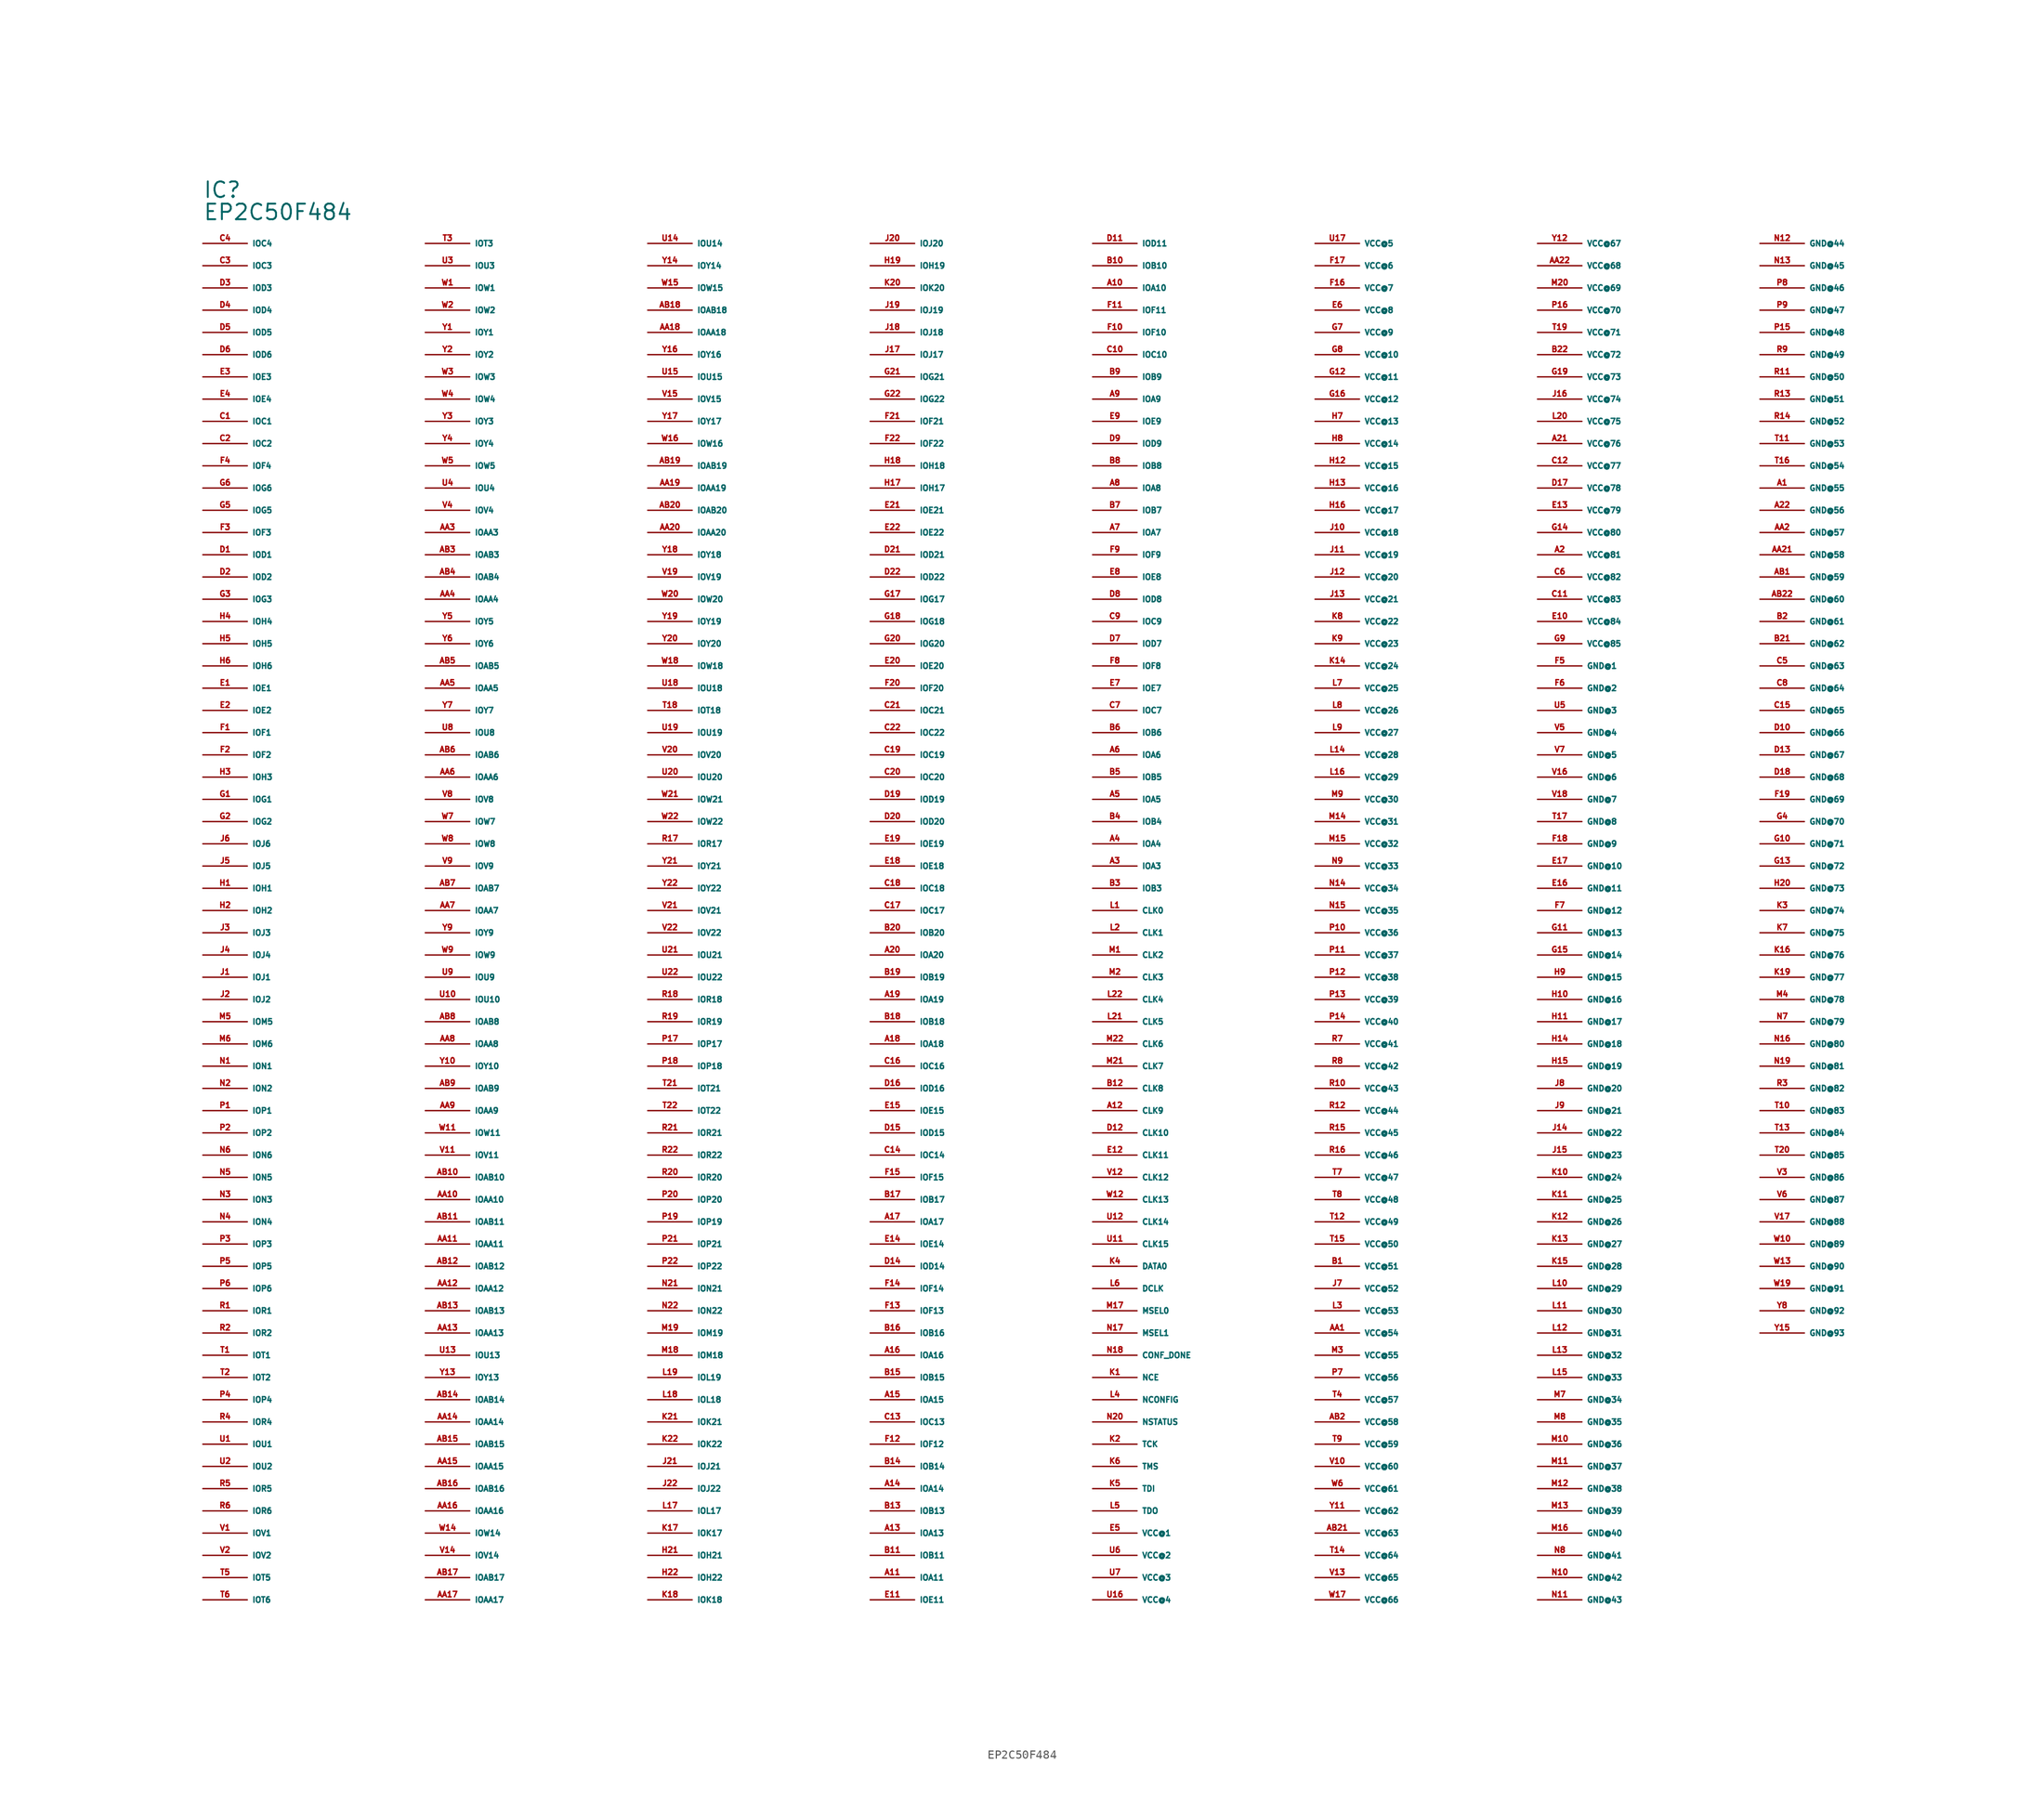
<source format=kicad_sym>
(kicad_symbol_lib
  (version 20220914)
  (generator Eagle2Kicad)
  (symbol "EP2C50F484"
    (property "Reference" "IC"
      (at -81.28 86.36 0)
      (effects (font (size 1.778 1.778) (thickness 0.22)) (justify left bottom)))
    (property "Value" "EP2C50F484"
      (at -81.28 83.82 0)
      (effects (font (size 1.778 1.778) (thickness 0.22)) (justify left bottom)))
    (pin output line
      (at -81.28 81.28 0)
      (length 5.08)
      (name "IOC4" (effects (font (size 0.635 0.635) (thickness 0.08)) (justify left bottom)))
      (number "C4" (effects (font (size 0.635 0.635) (thickness 0.08)) (justify left bottom))))
    (pin output line
      (at -81.28 78.74 0)
      (length 5.08)
      (name "IOC3" (effects (font (size 0.635 0.635) (thickness 0.08)) (justify left bottom)))
      (number "C3" (effects (font (size 0.635 0.635) (thickness 0.08)) (justify left bottom))))
    (pin bidirectional line
      (at -81.28 76.2 0)
      (length 5.08)
      (name "IOD3" (effects (font (size 0.635 0.635) (thickness 0.08)) (justify left bottom)))
      (number "D3" (effects (font (size 0.635 0.635) (thickness 0.08)) (justify left bottom))))
    (pin bidirectional line
      (at -81.28 73.66 0)
      (length 5.08)
      (name "IOD4" (effects (font (size 0.635 0.635) (thickness 0.08)) (justify left bottom)))
      (number "D4" (effects (font (size 0.635 0.635) (thickness 0.08)) (justify left bottom))))
    (pin bidirectional line
      (at -81.28 71.12 0)
      (length 5.08)
      (name "IOD5" (effects (font (size 0.635 0.635) (thickness 0.08)) (justify left bottom)))
      (number "D5" (effects (font (size 0.635 0.635) (thickness 0.08)) (justify left bottom))))
    (pin bidirectional line
      (at -81.28 68.58 0)
      (length 5.08)
      (name "IOD6" (effects (font (size 0.635 0.635) (thickness 0.08)) (justify left bottom)))
      (number "D6" (effects (font (size 0.635 0.635) (thickness 0.08)) (justify left bottom))))
    (pin bidirectional line
      (at -81.28 66.04 0)
      (length 5.08)
      (name "IOE3" (effects (font (size 0.635 0.635) (thickness 0.08)) (justify left bottom)))
      (number "E3" (effects (font (size 0.635 0.635) (thickness 0.08)) (justify left bottom))))
    (pin bidirectional line
      (at -81.28 63.5 0)
      (length 5.08)
      (name "IOE4" (effects (font (size 0.635 0.635) (thickness 0.08)) (justify left bottom)))
      (number "E4" (effects (font (size 0.635 0.635) (thickness 0.08)) (justify left bottom))))
    (pin bidirectional line
      (at -81.28 60.96 0)
      (length 5.08)
      (name "IOC1" (effects (font (size 0.635 0.635) (thickness 0.08)) (justify left bottom)))
      (number "C1" (effects (font (size 0.635 0.635) (thickness 0.08)) (justify left bottom))))
    (pin bidirectional line
      (at -81.28 58.42 0)
      (length 5.08)
      (name "IOC2" (effects (font (size 0.635 0.635) (thickness 0.08)) (justify left bottom)))
      (number "C2" (effects (font (size 0.635 0.635) (thickness 0.08)) (justify left bottom))))
    (pin bidirectional line
      (at -81.28 55.88 0)
      (length 5.08)
      (name "IOF4" (effects (font (size 0.635 0.635) (thickness 0.08)) (justify left bottom)))
      (number "F4" (effects (font (size 0.635 0.635) (thickness 0.08)) (justify left bottom))))
    (pin bidirectional line
      (at -81.28 53.34 0)
      (length 5.08)
      (name "IOG6" (effects (font (size 0.635 0.635) (thickness 0.08)) (justify left bottom)))
      (number "G6" (effects (font (size 0.635 0.635) (thickness 0.08)) (justify left bottom))))
    (pin bidirectional line
      (at -81.28 50.8 0)
      (length 5.08)
      (name "IOG5" (effects (font (size 0.635 0.635) (thickness 0.08)) (justify left bottom)))
      (number "G5" (effects (font (size 0.635 0.635) (thickness 0.08)) (justify left bottom))))
    (pin bidirectional line
      (at -81.28 48.26 0)
      (length 5.08)
      (name "IOF3" (effects (font (size 0.635 0.635) (thickness 0.08)) (justify left bottom)))
      (number "F3" (effects (font (size 0.635 0.635) (thickness 0.08)) (justify left bottom))))
    (pin bidirectional line
      (at -81.28 45.72 0)
      (length 5.08)
      (name "IOD1" (effects (font (size 0.635 0.635) (thickness 0.08)) (justify left bottom)))
      (number "D1" (effects (font (size 0.635 0.635) (thickness 0.08)) (justify left bottom))))
    (pin bidirectional line
      (at -81.28 43.18 0)
      (length 5.08)
      (name "IOD2" (effects (font (size 0.635 0.635) (thickness 0.08)) (justify left bottom)))
      (number "D2" (effects (font (size 0.635 0.635) (thickness 0.08)) (justify left bottom))))
    (pin bidirectional line
      (at -81.28 40.64 0)
      (length 5.08)
      (name "IOG3" (effects (font (size 0.635 0.635) (thickness 0.08)) (justify left bottom)))
      (number "G3" (effects (font (size 0.635 0.635) (thickness 0.08)) (justify left bottom))))
    (pin bidirectional line
      (at -81.28 38.1 0)
      (length 5.08)
      (name "IOH4" (effects (font (size 0.635 0.635) (thickness 0.08)) (justify left bottom)))
      (number "H4" (effects (font (size 0.635 0.635) (thickness 0.08)) (justify left bottom))))
    (pin bidirectional line
      (at -81.28 35.56 0)
      (length 5.08)
      (name "IOH5" (effects (font (size 0.635 0.635) (thickness 0.08)) (justify left bottom)))
      (number "H5" (effects (font (size 0.635 0.635) (thickness 0.08)) (justify left bottom))))
    (pin bidirectional line
      (at -81.28 33.02 0)
      (length 5.08)
      (name "IOH6" (effects (font (size 0.635 0.635) (thickness 0.08)) (justify left bottom)))
      (number "H6" (effects (font (size 0.635 0.635) (thickness 0.08)) (justify left bottom))))
    (pin bidirectional line
      (at -81.28 30.48 0)
      (length 5.08)
      (name "IOE1" (effects (font (size 0.635 0.635) (thickness 0.08)) (justify left bottom)))
      (number "E1" (effects (font (size 0.635 0.635) (thickness 0.08)) (justify left bottom))))
    (pin bidirectional line
      (at -81.28 27.94 0)
      (length 5.08)
      (name "IOE2" (effects (font (size 0.635 0.635) (thickness 0.08)) (justify left bottom)))
      (number "E2" (effects (font (size 0.635 0.635) (thickness 0.08)) (justify left bottom))))
    (pin bidirectional line
      (at -81.28 25.4 0)
      (length 5.08)
      (name "IOF1" (effects (font (size 0.635 0.635) (thickness 0.08)) (justify left bottom)))
      (number "F1" (effects (font (size 0.635 0.635) (thickness 0.08)) (justify left bottom))))
    (pin bidirectional line
      (at -81.28 22.86 0)
      (length 5.08)
      (name "IOF2" (effects (font (size 0.635 0.635) (thickness 0.08)) (justify left bottom)))
      (number "F2" (effects (font (size 0.635 0.635) (thickness 0.08)) (justify left bottom))))
    (pin bidirectional line
      (at -81.28 20.32 0)
      (length 5.08)
      (name "IOH3" (effects (font (size 0.635 0.635) (thickness 0.08)) (justify left bottom)))
      (number "H3" (effects (font (size 0.635 0.635) (thickness 0.08)) (justify left bottom))))
    (pin bidirectional line
      (at -81.28 17.78 0)
      (length 5.08)
      (name "IOG1" (effects (font (size 0.635 0.635) (thickness 0.08)) (justify left bottom)))
      (number "G1" (effects (font (size 0.635 0.635) (thickness 0.08)) (justify left bottom))))
    (pin bidirectional line
      (at -81.28 15.24 0)
      (length 5.08)
      (name "IOG2" (effects (font (size 0.635 0.635) (thickness 0.08)) (justify left bottom)))
      (number "G2" (effects (font (size 0.635 0.635) (thickness 0.08)) (justify left bottom))))
    (pin bidirectional line
      (at -81.28 12.7 0)
      (length 5.08)
      (name "IOJ6" (effects (font (size 0.635 0.635) (thickness 0.08)) (justify left bottom)))
      (number "J6" (effects (font (size 0.635 0.635) (thickness 0.08)) (justify left bottom))))
    (pin bidirectional line
      (at -81.28 10.16 0)
      (length 5.08)
      (name "IOJ5" (effects (font (size 0.635 0.635) (thickness 0.08)) (justify left bottom)))
      (number "J5" (effects (font (size 0.635 0.635) (thickness 0.08)) (justify left bottom))))
    (pin bidirectional line
      (at -81.28 7.62 0)
      (length 5.08)
      (name "IOH1" (effects (font (size 0.635 0.635) (thickness 0.08)) (justify left bottom)))
      (number "H1" (effects (font (size 0.635 0.635) (thickness 0.08)) (justify left bottom))))
    (pin bidirectional line
      (at -81.28 5.08 0)
      (length 5.08)
      (name "IOH2" (effects (font (size 0.635 0.635) (thickness 0.08)) (justify left bottom)))
      (number "H2" (effects (font (size 0.635 0.635) (thickness 0.08)) (justify left bottom))))
    (pin bidirectional line
      (at -81.28 2.54 0)
      (length 5.08)
      (name "IOJ3" (effects (font (size 0.635 0.635) (thickness 0.08)) (justify left bottom)))
      (number "J3" (effects (font (size 0.635 0.635) (thickness 0.08)) (justify left bottom))))
    (pin bidirectional line
      (at -81.28 0 0)
      (length 5.08)
      (name "IOJ4" (effects (font (size 0.635 0.635) (thickness 0.08)) (justify left bottom)))
      (number "J4" (effects (font (size 0.635 0.635) (thickness 0.08)) (justify left bottom))))
    (pin bidirectional line
      (at -81.28 -2.54 0)
      (length 5.08)
      (name "IOJ1" (effects (font (size 0.635 0.635) (thickness 0.08)) (justify left bottom)))
      (number "J1" (effects (font (size 0.635 0.635) (thickness 0.08)) (justify left bottom))))
    (pin bidirectional line
      (at -81.28 -5.08 0)
      (length 5.08)
      (name "IOJ2" (effects (font (size 0.635 0.635) (thickness 0.08)) (justify left bottom)))
      (number "J2" (effects (font (size 0.635 0.635) (thickness 0.08)) (justify left bottom))))
    (pin bidirectional line
      (at -81.28 -7.62 0)
      (length 5.08)
      (name "IOM5" (effects (font (size 0.635 0.635) (thickness 0.08)) (justify left bottom)))
      (number "M5" (effects (font (size 0.635 0.635) (thickness 0.08)) (justify left bottom))))
    (pin bidirectional line
      (at -81.28 -10.16 0)
      (length 5.08)
      (name "IOM6" (effects (font (size 0.635 0.635) (thickness 0.08)) (justify left bottom)))
      (number "M6" (effects (font (size 0.635 0.635) (thickness 0.08)) (justify left bottom))))
    (pin bidirectional line
      (at -81.28 -12.7 0)
      (length 5.08)
      (name "ION1" (effects (font (size 0.635 0.635) (thickness 0.08)) (justify left bottom)))
      (number "N1" (effects (font (size 0.635 0.635) (thickness 0.08)) (justify left bottom))))
    (pin bidirectional line
      (at -81.28 -15.24 0)
      (length 5.08)
      (name "ION2" (effects (font (size 0.635 0.635) (thickness 0.08)) (justify left bottom)))
      (number "N2" (effects (font (size 0.635 0.635) (thickness 0.08)) (justify left bottom))))
    (pin bidirectional line
      (at -81.28 -17.78 0)
      (length 5.08)
      (name "IOP1" (effects (font (size 0.635 0.635) (thickness 0.08)) (justify left bottom)))
      (number "P1" (effects (font (size 0.635 0.635) (thickness 0.08)) (justify left bottom))))
    (pin bidirectional line
      (at -81.28 -20.32 0)
      (length 5.08)
      (name "IOP2" (effects (font (size 0.635 0.635) (thickness 0.08)) (justify left bottom)))
      (number "P2" (effects (font (size 0.635 0.635) (thickness 0.08)) (justify left bottom))))
    (pin bidirectional line
      (at -81.28 -22.86 0)
      (length 5.08)
      (name "ION6" (effects (font (size 0.635 0.635) (thickness 0.08)) (justify left bottom)))
      (number "N6" (effects (font (size 0.635 0.635) (thickness 0.08)) (justify left bottom))))
    (pin bidirectional line
      (at -81.28 -25.4 0)
      (length 5.08)
      (name "ION5" (effects (font (size 0.635 0.635) (thickness 0.08)) (justify left bottom)))
      (number "N5" (effects (font (size 0.635 0.635) (thickness 0.08)) (justify left bottom))))
    (pin bidirectional line
      (at -81.28 -27.94 0)
      (length 5.08)
      (name "ION3" (effects (font (size 0.635 0.635) (thickness 0.08)) (justify left bottom)))
      (number "N3" (effects (font (size 0.635 0.635) (thickness 0.08)) (justify left bottom))))
    (pin bidirectional line
      (at -81.28 -30.48 0)
      (length 5.08)
      (name "ION4" (effects (font (size 0.635 0.635) (thickness 0.08)) (justify left bottom)))
      (number "N4" (effects (font (size 0.635 0.635) (thickness 0.08)) (justify left bottom))))
    (pin bidirectional line
      (at -81.28 -33.02 0)
      (length 5.08)
      (name "IOP3" (effects (font (size 0.635 0.635) (thickness 0.08)) (justify left bottom)))
      (number "P3" (effects (font (size 0.635 0.635) (thickness 0.08)) (justify left bottom))))
    (pin bidirectional line
      (at -81.28 -35.56 0)
      (length 5.08)
      (name "IOP5" (effects (font (size 0.635 0.635) (thickness 0.08)) (justify left bottom)))
      (number "P5" (effects (font (size 0.635 0.635) (thickness 0.08)) (justify left bottom))))
    (pin bidirectional line
      (at -81.28 -38.1 0)
      (length 5.08)
      (name "IOP6" (effects (font (size 0.635 0.635) (thickness 0.08)) (justify left bottom)))
      (number "P6" (effects (font (size 0.635 0.635) (thickness 0.08)) (justify left bottom))))
    (pin bidirectional line
      (at -81.28 -40.64 0)
      (length 5.08)
      (name "IOR1" (effects (font (size 0.635 0.635) (thickness 0.08)) (justify left bottom)))
      (number "R1" (effects (font (size 0.635 0.635) (thickness 0.08)) (justify left bottom))))
    (pin bidirectional line
      (at -81.28 -43.18 0)
      (length 5.08)
      (name "IOR2" (effects (font (size 0.635 0.635) (thickness 0.08)) (justify left bottom)))
      (number "R2" (effects (font (size 0.635 0.635) (thickness 0.08)) (justify left bottom))))
    (pin bidirectional line
      (at -81.28 -45.72 0)
      (length 5.08)
      (name "IOT1" (effects (font (size 0.635 0.635) (thickness 0.08)) (justify left bottom)))
      (number "T1" (effects (font (size 0.635 0.635) (thickness 0.08)) (justify left bottom))))
    (pin bidirectional line
      (at -81.28 -48.26 0)
      (length 5.08)
      (name "IOT2" (effects (font (size 0.635 0.635) (thickness 0.08)) (justify left bottom)))
      (number "T2" (effects (font (size 0.635 0.635) (thickness 0.08)) (justify left bottom))))
    (pin bidirectional line
      (at -81.28 -50.8 0)
      (length 5.08)
      (name "IOP4" (effects (font (size 0.635 0.635) (thickness 0.08)) (justify left bottom)))
      (number "P4" (effects (font (size 0.635 0.635) (thickness 0.08)) (justify left bottom))))
    (pin bidirectional line
      (at -81.28 -53.34 0)
      (length 5.08)
      (name "IOR4" (effects (font (size 0.635 0.635) (thickness 0.08)) (justify left bottom)))
      (number "R4" (effects (font (size 0.635 0.635) (thickness 0.08)) (justify left bottom))))
    (pin bidirectional line
      (at -81.28 -55.88 0)
      (length 5.08)
      (name "IOU1" (effects (font (size 0.635 0.635) (thickness 0.08)) (justify left bottom)))
      (number "U1" (effects (font (size 0.635 0.635) (thickness 0.08)) (justify left bottom))))
    (pin bidirectional line
      (at -81.28 -58.42 0)
      (length 5.08)
      (name "IOU2" (effects (font (size 0.635 0.635) (thickness 0.08)) (justify left bottom)))
      (number "U2" (effects (font (size 0.635 0.635) (thickness 0.08)) (justify left bottom))))
    (pin bidirectional line
      (at -81.28 -60.96 0)
      (length 5.08)
      (name "IOR5" (effects (font (size 0.635 0.635) (thickness 0.08)) (justify left bottom)))
      (number "R5" (effects (font (size 0.635 0.635) (thickness 0.08)) (justify left bottom))))
    (pin bidirectional line
      (at -81.28 -63.5 0)
      (length 5.08)
      (name "IOR6" (effects (font (size 0.635 0.635) (thickness 0.08)) (justify left bottom)))
      (number "R6" (effects (font (size 0.635 0.635) (thickness 0.08)) (justify left bottom))))
    (pin bidirectional line
      (at -81.28 -66.04 0)
      (length 5.08)
      (name "IOV1" (effects (font (size 0.635 0.635) (thickness 0.08)) (justify left bottom)))
      (number "V1" (effects (font (size 0.635 0.635) (thickness 0.08)) (justify left bottom))))
    (pin bidirectional line
      (at -81.28 -68.58 0)
      (length 5.08)
      (name "IOV2" (effects (font (size 0.635 0.635) (thickness 0.08)) (justify left bottom)))
      (number "V2" (effects (font (size 0.635 0.635) (thickness 0.08)) (justify left bottom))))
    (pin bidirectional line
      (at -81.28 -71.12 0)
      (length 5.08)
      (name "IOT5" (effects (font (size 0.635 0.635) (thickness 0.08)) (justify left bottom)))
      (number "T5" (effects (font (size 0.635 0.635) (thickness 0.08)) (justify left bottom))))
    (pin bidirectional line
      (at -81.28 -73.66 0)
      (length 5.08)
      (name "IOT6" (effects (font (size 0.635 0.635) (thickness 0.08)) (justify left bottom)))
      (number "T6" (effects (font (size 0.635 0.635) (thickness 0.08)) (justify left bottom))))
    (pin bidirectional line
      (at -55.88 81.28 0)
      (length 5.08)
      (name "IOT3" (effects (font (size 0.635 0.635) (thickness 0.08)) (justify left bottom)))
      (number "T3" (effects (font (size 0.635 0.635) (thickness 0.08)) (justify left bottom))))
    (pin bidirectional line
      (at -55.88 78.74 0)
      (length 5.08)
      (name "IOU3" (effects (font (size 0.635 0.635) (thickness 0.08)) (justify left bottom)))
      (number "U3" (effects (font (size 0.635 0.635) (thickness 0.08)) (justify left bottom))))
    (pin bidirectional line
      (at -55.88 76.2 0)
      (length 5.08)
      (name "IOW1" (effects (font (size 0.635 0.635) (thickness 0.08)) (justify left bottom)))
      (number "W1" (effects (font (size 0.635 0.635) (thickness 0.08)) (justify left bottom))))
    (pin bidirectional line
      (at -55.88 73.66 0)
      (length 5.08)
      (name "IOW2" (effects (font (size 0.635 0.635) (thickness 0.08)) (justify left bottom)))
      (number "W2" (effects (font (size 0.635 0.635) (thickness 0.08)) (justify left bottom))))
    (pin bidirectional line
      (at -55.88 71.12 0)
      (length 5.08)
      (name "IOY1" (effects (font (size 0.635 0.635) (thickness 0.08)) (justify left bottom)))
      (number "Y1" (effects (font (size 0.635 0.635) (thickness 0.08)) (justify left bottom))))
    (pin bidirectional line
      (at -55.88 68.58 0)
      (length 5.08)
      (name "IOY2" (effects (font (size 0.635 0.635) (thickness 0.08)) (justify left bottom)))
      (number "Y2" (effects (font (size 0.635 0.635) (thickness 0.08)) (justify left bottom))))
    (pin bidirectional line
      (at -55.88 66.04 0)
      (length 5.08)
      (name "IOW3" (effects (font (size 0.635 0.635) (thickness 0.08)) (justify left bottom)))
      (number "W3" (effects (font (size 0.635 0.635) (thickness 0.08)) (justify left bottom))))
    (pin bidirectional line
      (at -55.88 63.5 0)
      (length 5.08)
      (name "IOW4" (effects (font (size 0.635 0.635) (thickness 0.08)) (justify left bottom)))
      (number "W4" (effects (font (size 0.635 0.635) (thickness 0.08)) (justify left bottom))))
    (pin bidirectional line
      (at -55.88 60.96 0)
      (length 5.08)
      (name "IOY3" (effects (font (size 0.635 0.635) (thickness 0.08)) (justify left bottom)))
      (number "Y3" (effects (font (size 0.635 0.635) (thickness 0.08)) (justify left bottom))))
    (pin bidirectional line
      (at -55.88 58.42 0)
      (length 5.08)
      (name "IOY4" (effects (font (size 0.635 0.635) (thickness 0.08)) (justify left bottom)))
      (number "Y4" (effects (font (size 0.635 0.635) (thickness 0.08)) (justify left bottom))))
    (pin bidirectional line
      (at -55.88 55.88 0)
      (length 5.08)
      (name "IOW5" (effects (font (size 0.635 0.635) (thickness 0.08)) (justify left bottom)))
      (number "W5" (effects (font (size 0.635 0.635) (thickness 0.08)) (justify left bottom))))
    (pin bidirectional line
      (at -55.88 53.34 0)
      (length 5.08)
      (name "IOU4" (effects (font (size 0.635 0.635) (thickness 0.08)) (justify left bottom)))
      (number "U4" (effects (font (size 0.635 0.635) (thickness 0.08)) (justify left bottom))))
    (pin bidirectional line
      (at -55.88 50.8 0)
      (length 5.08)
      (name "IOV4" (effects (font (size 0.635 0.635) (thickness 0.08)) (justify left bottom)))
      (number "V4" (effects (font (size 0.635 0.635) (thickness 0.08)) (justify left bottom))))
    (pin bidirectional line
      (at -55.88 48.26 0)
      (length 5.08)
      (name "IOAA3" (effects (font (size 0.635 0.635) (thickness 0.08)) (justify left bottom)))
      (number "AA3" (effects (font (size 0.635 0.635) (thickness 0.08)) (justify left bottom))))
    (pin bidirectional line
      (at -55.88 45.72 0)
      (length 5.08)
      (name "IOAB3" (effects (font (size 0.635 0.635) (thickness 0.08)) (justify left bottom)))
      (number "AB3" (effects (font (size 0.635 0.635) (thickness 0.08)) (justify left bottom))))
    (pin bidirectional line
      (at -55.88 43.18 0)
      (length 5.08)
      (name "IOAB4" (effects (font (size 0.635 0.635) (thickness 0.08)) (justify left bottom)))
      (number "AB4" (effects (font (size 0.635 0.635) (thickness 0.08)) (justify left bottom))))
    (pin bidirectional line
      (at -55.88 40.64 0)
      (length 5.08)
      (name "IOAA4" (effects (font (size 0.635 0.635) (thickness 0.08)) (justify left bottom)))
      (number "AA4" (effects (font (size 0.635 0.635) (thickness 0.08)) (justify left bottom))))
    (pin bidirectional line
      (at -55.88 38.1 0)
      (length 5.08)
      (name "IOY5" (effects (font (size 0.635 0.635) (thickness 0.08)) (justify left bottom)))
      (number "Y5" (effects (font (size 0.635 0.635) (thickness 0.08)) (justify left bottom))))
    (pin bidirectional line
      (at -55.88 35.56 0)
      (length 5.08)
      (name "IOY6" (effects (font (size 0.635 0.635) (thickness 0.08)) (justify left bottom)))
      (number "Y6" (effects (font (size 0.635 0.635) (thickness 0.08)) (justify left bottom))))
    (pin bidirectional line
      (at -55.88 33.02 0)
      (length 5.08)
      (name "IOAB5" (effects (font (size 0.635 0.635) (thickness 0.08)) (justify left bottom)))
      (number "AB5" (effects (font (size 0.635 0.635) (thickness 0.08)) (justify left bottom))))
    (pin bidirectional line
      (at -55.88 30.48 0)
      (length 5.08)
      (name "IOAA5" (effects (font (size 0.635 0.635) (thickness 0.08)) (justify left bottom)))
      (number "AA5" (effects (font (size 0.635 0.635) (thickness 0.08)) (justify left bottom))))
    (pin bidirectional line
      (at -55.88 27.94 0)
      (length 5.08)
      (name "IOY7" (effects (font (size 0.635 0.635) (thickness 0.08)) (justify left bottom)))
      (number "Y7" (effects (font (size 0.635 0.635) (thickness 0.08)) (justify left bottom))))
    (pin bidirectional line
      (at -55.88 25.4 0)
      (length 5.08)
      (name "IOU8" (effects (font (size 0.635 0.635) (thickness 0.08)) (justify left bottom)))
      (number "U8" (effects (font (size 0.635 0.635) (thickness 0.08)) (justify left bottom))))
    (pin bidirectional line
      (at -55.88 22.86 0)
      (length 5.08)
      (name "IOAB6" (effects (font (size 0.635 0.635) (thickness 0.08)) (justify left bottom)))
      (number "AB6" (effects (font (size 0.635 0.635) (thickness 0.08)) (justify left bottom))))
    (pin bidirectional line
      (at -55.88 20.32 0)
      (length 5.08)
      (name "IOAA6" (effects (font (size 0.635 0.635) (thickness 0.08)) (justify left bottom)))
      (number "AA6" (effects (font (size 0.635 0.635) (thickness 0.08)) (justify left bottom))))
    (pin bidirectional line
      (at -55.88 17.78 0)
      (length 5.08)
      (name "IOV8" (effects (font (size 0.635 0.635) (thickness 0.08)) (justify left bottom)))
      (number "V8" (effects (font (size 0.635 0.635) (thickness 0.08)) (justify left bottom))))
    (pin bidirectional line
      (at -55.88 15.24 0)
      (length 5.08)
      (name "IOW7" (effects (font (size 0.635 0.635) (thickness 0.08)) (justify left bottom)))
      (number "W7" (effects (font (size 0.635 0.635) (thickness 0.08)) (justify left bottom))))
    (pin bidirectional line
      (at -55.88 12.7 0)
      (length 5.08)
      (name "IOW8" (effects (font (size 0.635 0.635) (thickness 0.08)) (justify left bottom)))
      (number "W8" (effects (font (size 0.635 0.635) (thickness 0.08)) (justify left bottom))))
    (pin bidirectional line
      (at -55.88 10.16 0)
      (length 5.08)
      (name "IOV9" (effects (font (size 0.635 0.635) (thickness 0.08)) (justify left bottom)))
      (number "V9" (effects (font (size 0.635 0.635) (thickness 0.08)) (justify left bottom))))
    (pin bidirectional line
      (at -55.88 7.62 0)
      (length 5.08)
      (name "IOAB7" (effects (font (size 0.635 0.635) (thickness 0.08)) (justify left bottom)))
      (number "AB7" (effects (font (size 0.635 0.635) (thickness 0.08)) (justify left bottom))))
    (pin bidirectional line
      (at -55.88 5.08 0)
      (length 5.08)
      (name "IOAA7" (effects (font (size 0.635 0.635) (thickness 0.08)) (justify left bottom)))
      (number "AA7" (effects (font (size 0.635 0.635) (thickness 0.08)) (justify left bottom))))
    (pin bidirectional line
      (at -55.88 2.54 0)
      (length 5.08)
      (name "IOY9" (effects (font (size 0.635 0.635) (thickness 0.08)) (justify left bottom)))
      (number "Y9" (effects (font (size 0.635 0.635) (thickness 0.08)) (justify left bottom))))
    (pin bidirectional line
      (at -55.88 0 0)
      (length 5.08)
      (name "IOW9" (effects (font (size 0.635 0.635) (thickness 0.08)) (justify left bottom)))
      (number "W9" (effects (font (size 0.635 0.635) (thickness 0.08)) (justify left bottom))))
    (pin bidirectional line
      (at -55.88 -2.54 0)
      (length 5.08)
      (name "IOU9" (effects (font (size 0.635 0.635) (thickness 0.08)) (justify left bottom)))
      (number "U9" (effects (font (size 0.635 0.635) (thickness 0.08)) (justify left bottom))))
    (pin bidirectional line
      (at -55.88 -5.08 0)
      (length 5.08)
      (name "IOU10" (effects (font (size 0.635 0.635) (thickness 0.08)) (justify left bottom)))
      (number "U10" (effects (font (size 0.635 0.635) (thickness 0.08)) (justify left bottom))))
    (pin bidirectional line
      (at -55.88 -7.62 0)
      (length 5.08)
      (name "IOAB8" (effects (font (size 0.635 0.635) (thickness 0.08)) (justify left bottom)))
      (number "AB8" (effects (font (size 0.635 0.635) (thickness 0.08)) (justify left bottom))))
    (pin bidirectional line
      (at -55.88 -10.16 0)
      (length 5.08)
      (name "IOAA8" (effects (font (size 0.635 0.635) (thickness 0.08)) (justify left bottom)))
      (number "AA8" (effects (font (size 0.635 0.635) (thickness 0.08)) (justify left bottom))))
    (pin bidirectional line
      (at -55.88 -12.7 0)
      (length 5.08)
      (name "IOY10" (effects (font (size 0.635 0.635) (thickness 0.08)) (justify left bottom)))
      (number "Y10" (effects (font (size 0.635 0.635) (thickness 0.08)) (justify left bottom))))
    (pin bidirectional line
      (at -55.88 -15.24 0)
      (length 5.08)
      (name "IOAB9" (effects (font (size 0.635 0.635) (thickness 0.08)) (justify left bottom)))
      (number "AB9" (effects (font (size 0.635 0.635) (thickness 0.08)) (justify left bottom))))
    (pin bidirectional line
      (at -55.88 -17.78 0)
      (length 5.08)
      (name "IOAA9" (effects (font (size 0.635 0.635) (thickness 0.08)) (justify left bottom)))
      (number "AA9" (effects (font (size 0.635 0.635) (thickness 0.08)) (justify left bottom))))
    (pin bidirectional line
      (at -55.88 -20.32 0)
      (length 5.08)
      (name "IOW11" (effects (font (size 0.635 0.635) (thickness 0.08)) (justify left bottom)))
      (number "W11" (effects (font (size 0.635 0.635) (thickness 0.08)) (justify left bottom))))
    (pin bidirectional line
      (at -55.88 -22.86 0)
      (length 5.08)
      (name "IOV11" (effects (font (size 0.635 0.635) (thickness 0.08)) (justify left bottom)))
      (number "V11" (effects (font (size 0.635 0.635) (thickness 0.08)) (justify left bottom))))
    (pin bidirectional line
      (at -55.88 -25.4 0)
      (length 5.08)
      (name "IOAB10" (effects (font (size 0.635 0.635) (thickness 0.08)) (justify left bottom)))
      (number "AB10" (effects (font (size 0.635 0.635) (thickness 0.08)) (justify left bottom))))
    (pin bidirectional line
      (at -55.88 -27.94 0)
      (length 5.08)
      (name "IOAA10" (effects (font (size 0.635 0.635) (thickness 0.08)) (justify left bottom)))
      (number "AA10" (effects (font (size 0.635 0.635) (thickness 0.08)) (justify left bottom))))
    (pin bidirectional line
      (at -55.88 -30.48 0)
      (length 5.08)
      (name "IOAB11" (effects (font (size 0.635 0.635) (thickness 0.08)) (justify left bottom)))
      (number "AB11" (effects (font (size 0.635 0.635) (thickness 0.08)) (justify left bottom))))
    (pin bidirectional line
      (at -55.88 -33.02 0)
      (length 5.08)
      (name "IOAA11" (effects (font (size 0.635 0.635) (thickness 0.08)) (justify left bottom)))
      (number "AA11" (effects (font (size 0.635 0.635) (thickness 0.08)) (justify left bottom))))
    (pin bidirectional line
      (at -55.88 -35.56 0)
      (length 5.08)
      (name "IOAB12" (effects (font (size 0.635 0.635) (thickness 0.08)) (justify left bottom)))
      (number "AB12" (effects (font (size 0.635 0.635) (thickness 0.08)) (justify left bottom))))
    (pin bidirectional line
      (at -55.88 -38.1 0)
      (length 5.08)
      (name "IOAA12" (effects (font (size 0.635 0.635) (thickness 0.08)) (justify left bottom)))
      (number "AA12" (effects (font (size 0.635 0.635) (thickness 0.08)) (justify left bottom))))
    (pin bidirectional line
      (at -55.88 -40.64 0)
      (length 5.08)
      (name "IOAB13" (effects (font (size 0.635 0.635) (thickness 0.08)) (justify left bottom)))
      (number "AB13" (effects (font (size 0.635 0.635) (thickness 0.08)) (justify left bottom))))
    (pin bidirectional line
      (at -55.88 -43.18 0)
      (length 5.08)
      (name "IOAA13" (effects (font (size 0.635 0.635) (thickness 0.08)) (justify left bottom)))
      (number "AA13" (effects (font (size 0.635 0.635) (thickness 0.08)) (justify left bottom))))
    (pin bidirectional line
      (at -55.88 -45.72 0)
      (length 5.08)
      (name "IOU13" (effects (font (size 0.635 0.635) (thickness 0.08)) (justify left bottom)))
      (number "U13" (effects (font (size 0.635 0.635) (thickness 0.08)) (justify left bottom))))
    (pin bidirectional line
      (at -55.88 -48.26 0)
      (length 5.08)
      (name "IOY13" (effects (font (size 0.635 0.635) (thickness 0.08)) (justify left bottom)))
      (number "Y13" (effects (font (size 0.635 0.635) (thickness 0.08)) (justify left bottom))))
    (pin bidirectional line
      (at -55.88 -50.8 0)
      (length 5.08)
      (name "IOAB14" (effects (font (size 0.635 0.635) (thickness 0.08)) (justify left bottom)))
      (number "AB14" (effects (font (size 0.635 0.635) (thickness 0.08)) (justify left bottom))))
    (pin bidirectional line
      (at -55.88 -53.34 0)
      (length 5.08)
      (name "IOAA14" (effects (font (size 0.635 0.635) (thickness 0.08)) (justify left bottom)))
      (number "AA14" (effects (font (size 0.635 0.635) (thickness 0.08)) (justify left bottom))))
    (pin bidirectional line
      (at -55.88 -55.88 0)
      (length 5.08)
      (name "IOAB15" (effects (font (size 0.635 0.635) (thickness 0.08)) (justify left bottom)))
      (number "AB15" (effects (font (size 0.635 0.635) (thickness 0.08)) (justify left bottom))))
    (pin bidirectional line
      (at -55.88 -58.42 0)
      (length 5.08)
      (name "IOAA15" (effects (font (size 0.635 0.635) (thickness 0.08)) (justify left bottom)))
      (number "AA15" (effects (font (size 0.635 0.635) (thickness 0.08)) (justify left bottom))))
    (pin bidirectional line
      (at -55.88 -60.96 0)
      (length 5.08)
      (name "IOAB16" (effects (font (size 0.635 0.635) (thickness 0.08)) (justify left bottom)))
      (number "AB16" (effects (font (size 0.635 0.635) (thickness 0.08)) (justify left bottom))))
    (pin bidirectional line
      (at -55.88 -63.5 0)
      (length 5.08)
      (name "IOAA16" (effects (font (size 0.635 0.635) (thickness 0.08)) (justify left bottom)))
      (number "AA16" (effects (font (size 0.635 0.635) (thickness 0.08)) (justify left bottom))))
    (pin bidirectional line
      (at -55.88 -66.04 0)
      (length 5.08)
      (name "IOW14" (effects (font (size 0.635 0.635) (thickness 0.08)) (justify left bottom)))
      (number "W14" (effects (font (size 0.635 0.635) (thickness 0.08)) (justify left bottom))))
    (pin bidirectional line
      (at -55.88 -68.58 0)
      (length 5.08)
      (name "IOV14" (effects (font (size 0.635 0.635) (thickness 0.08)) (justify left bottom)))
      (number "V14" (effects (font (size 0.635 0.635) (thickness 0.08)) (justify left bottom))))
    (pin bidirectional line
      (at -55.88 -71.12 0)
      (length 5.08)
      (name "IOAB17" (effects (font (size 0.635 0.635) (thickness 0.08)) (justify left bottom)))
      (number "AB17" (effects (font (size 0.635 0.635) (thickness 0.08)) (justify left bottom))))
    (pin bidirectional line
      (at -55.88 -73.66 0)
      (length 5.08)
      (name "IOAA17" (effects (font (size 0.635 0.635) (thickness 0.08)) (justify left bottom)))
      (number "AA17" (effects (font (size 0.635 0.635) (thickness 0.08)) (justify left bottom))))
    (pin bidirectional line
      (at -30.48 81.28 0)
      (length 5.08)
      (name "IOU14" (effects (font (size 0.635 0.635) (thickness 0.08)) (justify left bottom)))
      (number "U14" (effects (font (size 0.635 0.635) (thickness 0.08)) (justify left bottom))))
    (pin bidirectional line
      (at -30.48 78.74 0)
      (length 5.08)
      (name "IOY14" (effects (font (size 0.635 0.635) (thickness 0.08)) (justify left bottom)))
      (number "Y14" (effects (font (size 0.635 0.635) (thickness 0.08)) (justify left bottom))))
    (pin bidirectional line
      (at -30.48 76.2 0)
      (length 5.08)
      (name "IOW15" (effects (font (size 0.635 0.635) (thickness 0.08)) (justify left bottom)))
      (number "W15" (effects (font (size 0.635 0.635) (thickness 0.08)) (justify left bottom))))
    (pin bidirectional line
      (at -30.48 73.66 0)
      (length 5.08)
      (name "IOAB18" (effects (font (size 0.635 0.635) (thickness 0.08)) (justify left bottom)))
      (number "AB18" (effects (font (size 0.635 0.635) (thickness 0.08)) (justify left bottom))))
    (pin bidirectional line
      (at -30.48 71.12 0)
      (length 5.08)
      (name "IOAA18" (effects (font (size 0.635 0.635) (thickness 0.08)) (justify left bottom)))
      (number "AA18" (effects (font (size 0.635 0.635) (thickness 0.08)) (justify left bottom))))
    (pin bidirectional line
      (at -30.48 68.58 0)
      (length 5.08)
      (name "IOY16" (effects (font (size 0.635 0.635) (thickness 0.08)) (justify left bottom)))
      (number "Y16" (effects (font (size 0.635 0.635) (thickness 0.08)) (justify left bottom))))
    (pin bidirectional line
      (at -30.48 66.04 0)
      (length 5.08)
      (name "IOU15" (effects (font (size 0.635 0.635) (thickness 0.08)) (justify left bottom)))
      (number "U15" (effects (font (size 0.635 0.635) (thickness 0.08)) (justify left bottom))))
    (pin bidirectional line
      (at -30.48 63.5 0)
      (length 5.08)
      (name "IOV15" (effects (font (size 0.635 0.635) (thickness 0.08)) (justify left bottom)))
      (number "V15" (effects (font (size 0.635 0.635) (thickness 0.08)) (justify left bottom))))
    (pin bidirectional line
      (at -30.48 60.96 0)
      (length 5.08)
      (name "IOY17" (effects (font (size 0.635 0.635) (thickness 0.08)) (justify left bottom)))
      (number "Y17" (effects (font (size 0.635 0.635) (thickness 0.08)) (justify left bottom))))
    (pin bidirectional line
      (at -30.48 58.42 0)
      (length 5.08)
      (name "IOW16" (effects (font (size 0.635 0.635) (thickness 0.08)) (justify left bottom)))
      (number "W16" (effects (font (size 0.635 0.635) (thickness 0.08)) (justify left bottom))))
    (pin bidirectional line
      (at -30.48 55.88 0)
      (length 5.08)
      (name "IOAB19" (effects (font (size 0.635 0.635) (thickness 0.08)) (justify left bottom)))
      (number "AB19" (effects (font (size 0.635 0.635) (thickness 0.08)) (justify left bottom))))
    (pin bidirectional line
      (at -30.48 53.34 0)
      (length 5.08)
      (name "IOAA19" (effects (font (size 0.635 0.635) (thickness 0.08)) (justify left bottom)))
      (number "AA19" (effects (font (size 0.635 0.635) (thickness 0.08)) (justify left bottom))))
    (pin bidirectional line
      (at -30.48 50.8 0)
      (length 5.08)
      (name "IOAB20" (effects (font (size 0.635 0.635) (thickness 0.08)) (justify left bottom)))
      (number "AB20" (effects (font (size 0.635 0.635) (thickness 0.08)) (justify left bottom))))
    (pin bidirectional line
      (at -30.48 48.26 0)
      (length 5.08)
      (name "IOAA20" (effects (font (size 0.635 0.635) (thickness 0.08)) (justify left bottom)))
      (number "AA20" (effects (font (size 0.635 0.635) (thickness 0.08)) (justify left bottom))))
    (pin bidirectional line
      (at -30.48 45.72 0)
      (length 5.08)
      (name "IOY18" (effects (font (size 0.635 0.635) (thickness 0.08)) (justify left bottom)))
      (number "Y18" (effects (font (size 0.635 0.635) (thickness 0.08)) (justify left bottom))))
    (pin bidirectional line
      (at -30.48 43.18 0)
      (length 5.08)
      (name "IOV19" (effects (font (size 0.635 0.635) (thickness 0.08)) (justify left bottom)))
      (number "V19" (effects (font (size 0.635 0.635) (thickness 0.08)) (justify left bottom))))
    (pin bidirectional line
      (at -30.48 40.64 0)
      (length 5.08)
      (name "IOW20" (effects (font (size 0.635 0.635) (thickness 0.08)) (justify left bottom)))
      (number "W20" (effects (font (size 0.635 0.635) (thickness 0.08)) (justify left bottom))))
    (pin bidirectional line
      (at -30.48 38.1 0)
      (length 5.08)
      (name "IOY19" (effects (font (size 0.635 0.635) (thickness 0.08)) (justify left bottom)))
      (number "Y19" (effects (font (size 0.635 0.635) (thickness 0.08)) (justify left bottom))))
    (pin bidirectional line
      (at -30.48 35.56 0)
      (length 5.08)
      (name "IOY20" (effects (font (size 0.635 0.635) (thickness 0.08)) (justify left bottom)))
      (number "Y20" (effects (font (size 0.635 0.635) (thickness 0.08)) (justify left bottom))))
    (pin bidirectional line
      (at -30.48 33.02 0)
      (length 5.08)
      (name "IOW18" (effects (font (size 0.635 0.635) (thickness 0.08)) (justify left bottom)))
      (number "W18" (effects (font (size 0.635 0.635) (thickness 0.08)) (justify left bottom))))
    (pin bidirectional line
      (at -30.48 30.48 0)
      (length 5.08)
      (name "IOU18" (effects (font (size 0.635 0.635) (thickness 0.08)) (justify left bottom)))
      (number "U18" (effects (font (size 0.635 0.635) (thickness 0.08)) (justify left bottom))))
    (pin bidirectional line
      (at -30.48 27.94 0)
      (length 5.08)
      (name "IOT18" (effects (font (size 0.635 0.635) (thickness 0.08)) (justify left bottom)))
      (number "T18" (effects (font (size 0.635 0.635) (thickness 0.08)) (justify left bottom))))
    (pin bidirectional line
      (at -30.48 25.4 0)
      (length 5.08)
      (name "IOU19" (effects (font (size 0.635 0.635) (thickness 0.08)) (justify left bottom)))
      (number "U19" (effects (font (size 0.635 0.635) (thickness 0.08)) (justify left bottom))))
    (pin bidirectional line
      (at -30.48 22.86 0)
      (length 5.08)
      (name "IOV20" (effects (font (size 0.635 0.635) (thickness 0.08)) (justify left bottom)))
      (number "V20" (effects (font (size 0.635 0.635) (thickness 0.08)) (justify left bottom))))
    (pin bidirectional line
      (at -30.48 20.32 0)
      (length 5.08)
      (name "IOU20" (effects (font (size 0.635 0.635) (thickness 0.08)) (justify left bottom)))
      (number "U20" (effects (font (size 0.635 0.635) (thickness 0.08)) (justify left bottom))))
    (pin bidirectional line
      (at -30.48 17.78 0)
      (length 5.08)
      (name "IOW21" (effects (font (size 0.635 0.635) (thickness 0.08)) (justify left bottom)))
      (number "W21" (effects (font (size 0.635 0.635) (thickness 0.08)) (justify left bottom))))
    (pin bidirectional line
      (at -30.48 15.24 0)
      (length 5.08)
      (name "IOW22" (effects (font (size 0.635 0.635) (thickness 0.08)) (justify left bottom)))
      (number "W22" (effects (font (size 0.635 0.635) (thickness 0.08)) (justify left bottom))))
    (pin bidirectional line
      (at -30.48 12.7 0)
      (length 5.08)
      (name "IOR17" (effects (font (size 0.635 0.635) (thickness 0.08)) (justify left bottom)))
      (number "R17" (effects (font (size 0.635 0.635) (thickness 0.08)) (justify left bottom))))
    (pin bidirectional line
      (at -30.48 10.16 0)
      (length 5.08)
      (name "IOY21" (effects (font (size 0.635 0.635) (thickness 0.08)) (justify left bottom)))
      (number "Y21" (effects (font (size 0.635 0.635) (thickness 0.08)) (justify left bottom))))
    (pin bidirectional line
      (at -30.48 7.62 0)
      (length 5.08)
      (name "IOY22" (effects (font (size 0.635 0.635) (thickness 0.08)) (justify left bottom)))
      (number "Y22" (effects (font (size 0.635 0.635) (thickness 0.08)) (justify left bottom))))
    (pin bidirectional line
      (at -30.48 5.08 0)
      (length 5.08)
      (name "IOV21" (effects (font (size 0.635 0.635) (thickness 0.08)) (justify left bottom)))
      (number "V21" (effects (font (size 0.635 0.635) (thickness 0.08)) (justify left bottom))))
    (pin bidirectional line
      (at -30.48 2.54 0)
      (length 5.08)
      (name "IOV22" (effects (font (size 0.635 0.635) (thickness 0.08)) (justify left bottom)))
      (number "V22" (effects (font (size 0.635 0.635) (thickness 0.08)) (justify left bottom))))
    (pin bidirectional line
      (at -30.48 0 0)
      (length 5.08)
      (name "IOU21" (effects (font (size 0.635 0.635) (thickness 0.08)) (justify left bottom)))
      (number "U21" (effects (font (size 0.635 0.635) (thickness 0.08)) (justify left bottom))))
    (pin bidirectional line
      (at -30.48 -2.54 0)
      (length 5.08)
      (name "IOU22" (effects (font (size 0.635 0.635) (thickness 0.08)) (justify left bottom)))
      (number "U22" (effects (font (size 0.635 0.635) (thickness 0.08)) (justify left bottom))))
    (pin bidirectional line
      (at -30.48 -5.08 0)
      (length 5.08)
      (name "IOR18" (effects (font (size 0.635 0.635) (thickness 0.08)) (justify left bottom)))
      (number "R18" (effects (font (size 0.635 0.635) (thickness 0.08)) (justify left bottom))))
    (pin bidirectional line
      (at -30.48 -7.62 0)
      (length 5.08)
      (name "IOR19" (effects (font (size 0.635 0.635) (thickness 0.08)) (justify left bottom)))
      (number "R19" (effects (font (size 0.635 0.635) (thickness 0.08)) (justify left bottom))))
    (pin bidirectional line
      (at -30.48 -10.16 0)
      (length 5.08)
      (name "IOP17" (effects (font (size 0.635 0.635) (thickness 0.08)) (justify left bottom)))
      (number "P17" (effects (font (size 0.635 0.635) (thickness 0.08)) (justify left bottom))))
    (pin bidirectional line
      (at -30.48 -12.7 0)
      (length 5.08)
      (name "IOP18" (effects (font (size 0.635 0.635) (thickness 0.08)) (justify left bottom)))
      (number "P18" (effects (font (size 0.635 0.635) (thickness 0.08)) (justify left bottom))))
    (pin bidirectional line
      (at -30.48 -15.24 0)
      (length 5.08)
      (name "IOT21" (effects (font (size 0.635 0.635) (thickness 0.08)) (justify left bottom)))
      (number "T21" (effects (font (size 0.635 0.635) (thickness 0.08)) (justify left bottom))))
    (pin bidirectional line
      (at -30.48 -17.78 0)
      (length 5.08)
      (name "IOT22" (effects (font (size 0.635 0.635) (thickness 0.08)) (justify left bottom)))
      (number "T22" (effects (font (size 0.635 0.635) (thickness 0.08)) (justify left bottom))))
    (pin bidirectional line
      (at -30.48 -20.32 0)
      (length 5.08)
      (name "IOR21" (effects (font (size 0.635 0.635) (thickness 0.08)) (justify left bottom)))
      (number "R21" (effects (font (size 0.635 0.635) (thickness 0.08)) (justify left bottom))))
    (pin bidirectional line
      (at -30.48 -22.86 0)
      (length 5.08)
      (name "IOR22" (effects (font (size 0.635 0.635) (thickness 0.08)) (justify left bottom)))
      (number "R22" (effects (font (size 0.635 0.635) (thickness 0.08)) (justify left bottom))))
    (pin bidirectional line
      (at -30.48 -25.4 0)
      (length 5.08)
      (name "IOR20" (effects (font (size 0.635 0.635) (thickness 0.08)) (justify left bottom)))
      (number "R20" (effects (font (size 0.635 0.635) (thickness 0.08)) (justify left bottom))))
    (pin bidirectional line
      (at -30.48 -27.94 0)
      (length 5.08)
      (name "IOP20" (effects (font (size 0.635 0.635) (thickness 0.08)) (justify left bottom)))
      (number "P20" (effects (font (size 0.635 0.635) (thickness 0.08)) (justify left bottom))))
    (pin bidirectional line
      (at -30.48 -30.48 0)
      (length 5.08)
      (name "IOP19" (effects (font (size 0.635 0.635) (thickness 0.08)) (justify left bottom)))
      (number "P19" (effects (font (size 0.635 0.635) (thickness 0.08)) (justify left bottom))))
    (pin bidirectional line
      (at -30.48 -33.02 0)
      (length 5.08)
      (name "IOP21" (effects (font (size 0.635 0.635) (thickness 0.08)) (justify left bottom)))
      (number "P21" (effects (font (size 0.635 0.635) (thickness 0.08)) (justify left bottom))))
    (pin bidirectional line
      (at -30.48 -35.56 0)
      (length 5.08)
      (name "IOP22" (effects (font (size 0.635 0.635) (thickness 0.08)) (justify left bottom)))
      (number "P22" (effects (font (size 0.635 0.635) (thickness 0.08)) (justify left bottom))))
    (pin bidirectional line
      (at -30.48 -38.1 0)
      (length 5.08)
      (name "ION21" (effects (font (size 0.635 0.635) (thickness 0.08)) (justify left bottom)))
      (number "N21" (effects (font (size 0.635 0.635) (thickness 0.08)) (justify left bottom))))
    (pin bidirectional line
      (at -30.48 -40.64 0)
      (length 5.08)
      (name "ION22" (effects (font (size 0.635 0.635) (thickness 0.08)) (justify left bottom)))
      (number "N22" (effects (font (size 0.635 0.635) (thickness 0.08)) (justify left bottom))))
    (pin bidirectional line
      (at -30.48 -43.18 0)
      (length 5.08)
      (name "IOM19" (effects (font (size 0.635 0.635) (thickness 0.08)) (justify left bottom)))
      (number "M19" (effects (font (size 0.635 0.635) (thickness 0.08)) (justify left bottom))))
    (pin bidirectional line
      (at -30.48 -45.72 0)
      (length 5.08)
      (name "IOM18" (effects (font (size 0.635 0.635) (thickness 0.08)) (justify left bottom)))
      (number "M18" (effects (font (size 0.635 0.635) (thickness 0.08)) (justify left bottom))))
    (pin bidirectional line
      (at -30.48 -48.26 0)
      (length 5.08)
      (name "IOL19" (effects (font (size 0.635 0.635) (thickness 0.08)) (justify left bottom)))
      (number "L19" (effects (font (size 0.635 0.635) (thickness 0.08)) (justify left bottom))))
    (pin bidirectional line
      (at -30.48 -50.8 0)
      (length 5.08)
      (name "IOL18" (effects (font (size 0.635 0.635) (thickness 0.08)) (justify left bottom)))
      (number "L18" (effects (font (size 0.635 0.635) (thickness 0.08)) (justify left bottom))))
    (pin bidirectional line
      (at -30.48 -53.34 0)
      (length 5.08)
      (name "IOK21" (effects (font (size 0.635 0.635) (thickness 0.08)) (justify left bottom)))
      (number "K21" (effects (font (size 0.635 0.635) (thickness 0.08)) (justify left bottom))))
    (pin bidirectional line
      (at -30.48 -55.88 0)
      (length 5.08)
      (name "IOK22" (effects (font (size 0.635 0.635) (thickness 0.08)) (justify left bottom)))
      (number "K22" (effects (font (size 0.635 0.635) (thickness 0.08)) (justify left bottom))))
    (pin bidirectional line
      (at -30.48 -58.42 0)
      (length 5.08)
      (name "IOJ21" (effects (font (size 0.635 0.635) (thickness 0.08)) (justify left bottom)))
      (number "J21" (effects (font (size 0.635 0.635) (thickness 0.08)) (justify left bottom))))
    (pin bidirectional line
      (at -30.48 -60.96 0)
      (length 5.08)
      (name "IOJ22" (effects (font (size 0.635 0.635) (thickness 0.08)) (justify left bottom)))
      (number "J22" (effects (font (size 0.635 0.635) (thickness 0.08)) (justify left bottom))))
    (pin bidirectional line
      (at -30.48 -63.5 0)
      (length 5.08)
      (name "IOL17" (effects (font (size 0.635 0.635) (thickness 0.08)) (justify left bottom)))
      (number "L17" (effects (font (size 0.635 0.635) (thickness 0.08)) (justify left bottom))))
    (pin bidirectional line
      (at -30.48 -66.04 0)
      (length 5.08)
      (name "IOK17" (effects (font (size 0.635 0.635) (thickness 0.08)) (justify left bottom)))
      (number "K17" (effects (font (size 0.635 0.635) (thickness 0.08)) (justify left bottom))))
    (pin bidirectional line
      (at -30.48 -68.58 0)
      (length 5.08)
      (name "IOH21" (effects (font (size 0.635 0.635) (thickness 0.08)) (justify left bottom)))
      (number "H21" (effects (font (size 0.635 0.635) (thickness 0.08)) (justify left bottom))))
    (pin bidirectional line
      (at -30.48 -71.12 0)
      (length 5.08)
      (name "IOH22" (effects (font (size 0.635 0.635) (thickness 0.08)) (justify left bottom)))
      (number "H22" (effects (font (size 0.635 0.635) (thickness 0.08)) (justify left bottom))))
    (pin bidirectional line
      (at -30.48 -73.66 0)
      (length 5.08)
      (name "IOK18" (effects (font (size 0.635 0.635) (thickness 0.08)) (justify left bottom)))
      (number "K18" (effects (font (size 0.635 0.635) (thickness 0.08)) (justify left bottom))))
    (pin bidirectional line
      (at -5.08 81.28 0)
      (length 5.08)
      (name "IOJ20" (effects (font (size 0.635 0.635) (thickness 0.08)) (justify left bottom)))
      (number "J20" (effects (font (size 0.635 0.635) (thickness 0.08)) (justify left bottom))))
    (pin bidirectional line
      (at -5.08 78.74 0)
      (length 5.08)
      (name "IOH19" (effects (font (size 0.635 0.635) (thickness 0.08)) (justify left bottom)))
      (number "H19" (effects (font (size 0.635 0.635) (thickness 0.08)) (justify left bottom))))
    (pin bidirectional line
      (at -5.08 76.2 0)
      (length 5.08)
      (name "IOK20" (effects (font (size 0.635 0.635) (thickness 0.08)) (justify left bottom)))
      (number "K20" (effects (font (size 0.635 0.635) (thickness 0.08)) (justify left bottom))))
    (pin bidirectional line
      (at -5.08 73.66 0)
      (length 5.08)
      (name "IOJ19" (effects (font (size 0.635 0.635) (thickness 0.08)) (justify left bottom)))
      (number "J19" (effects (font (size 0.635 0.635) (thickness 0.08)) (justify left bottom))))
    (pin bidirectional line
      (at -5.08 71.12 0)
      (length 5.08)
      (name "IOJ18" (effects (font (size 0.635 0.635) (thickness 0.08)) (justify left bottom)))
      (number "J18" (effects (font (size 0.635 0.635) (thickness 0.08)) (justify left bottom))))
    (pin bidirectional line
      (at -5.08 68.58 0)
      (length 5.08)
      (name "IOJ17" (effects (font (size 0.635 0.635) (thickness 0.08)) (justify left bottom)))
      (number "J17" (effects (font (size 0.635 0.635) (thickness 0.08)) (justify left bottom))))
    (pin bidirectional line
      (at -5.08 66.04 0)
      (length 5.08)
      (name "IOG21" (effects (font (size 0.635 0.635) (thickness 0.08)) (justify left bottom)))
      (number "G21" (effects (font (size 0.635 0.635) (thickness 0.08)) (justify left bottom))))
    (pin bidirectional line
      (at -5.08 63.5 0)
      (length 5.08)
      (name "IOG22" (effects (font (size 0.635 0.635) (thickness 0.08)) (justify left bottom)))
      (number "G22" (effects (font (size 0.635 0.635) (thickness 0.08)) (justify left bottom))))
    (pin bidirectional line
      (at -5.08 60.96 0)
      (length 5.08)
      (name "IOF21" (effects (font (size 0.635 0.635) (thickness 0.08)) (justify left bottom)))
      (number "F21" (effects (font (size 0.635 0.635) (thickness 0.08)) (justify left bottom))))
    (pin bidirectional line
      (at -5.08 58.42 0)
      (length 5.08)
      (name "IOF22" (effects (font (size 0.635 0.635) (thickness 0.08)) (justify left bottom)))
      (number "F22" (effects (font (size 0.635 0.635) (thickness 0.08)) (justify left bottom))))
    (pin bidirectional line
      (at -5.08 55.88 0)
      (length 5.08)
      (name "IOH18" (effects (font (size 0.635 0.635) (thickness 0.08)) (justify left bottom)))
      (number "H18" (effects (font (size 0.635 0.635) (thickness 0.08)) (justify left bottom))))
    (pin bidirectional line
      (at -5.08 53.34 0)
      (length 5.08)
      (name "IOH17" (effects (font (size 0.635 0.635) (thickness 0.08)) (justify left bottom)))
      (number "H17" (effects (font (size 0.635 0.635) (thickness 0.08)) (justify left bottom))))
    (pin bidirectional line
      (at -5.08 50.8 0)
      (length 5.08)
      (name "IOE21" (effects (font (size 0.635 0.635) (thickness 0.08)) (justify left bottom)))
      (number "E21" (effects (font (size 0.635 0.635) (thickness 0.08)) (justify left bottom))))
    (pin bidirectional line
      (at -5.08 48.26 0)
      (length 5.08)
      (name "IOE22" (effects (font (size 0.635 0.635) (thickness 0.08)) (justify left bottom)))
      (number "E22" (effects (font (size 0.635 0.635) (thickness 0.08)) (justify left bottom))))
    (pin bidirectional line
      (at -5.08 45.72 0)
      (length 5.08)
      (name "IOD21" (effects (font (size 0.635 0.635) (thickness 0.08)) (justify left bottom)))
      (number "D21" (effects (font (size 0.635 0.635) (thickness 0.08)) (justify left bottom))))
    (pin bidirectional line
      (at -5.08 43.18 0)
      (length 5.08)
      (name "IOD22" (effects (font (size 0.635 0.635) (thickness 0.08)) (justify left bottom)))
      (number "D22" (effects (font (size 0.635 0.635) (thickness 0.08)) (justify left bottom))))
    (pin bidirectional line
      (at -5.08 40.64 0)
      (length 5.08)
      (name "IOG17" (effects (font (size 0.635 0.635) (thickness 0.08)) (justify left bottom)))
      (number "G17" (effects (font (size 0.635 0.635) (thickness 0.08)) (justify left bottom))))
    (pin bidirectional line
      (at -5.08 38.1 0)
      (length 5.08)
      (name "IOG18" (effects (font (size 0.635 0.635) (thickness 0.08)) (justify left bottom)))
      (number "G18" (effects (font (size 0.635 0.635) (thickness 0.08)) (justify left bottom))))
    (pin bidirectional line
      (at -5.08 35.56 0)
      (length 5.08)
      (name "IOG20" (effects (font (size 0.635 0.635) (thickness 0.08)) (justify left bottom)))
      (number "G20" (effects (font (size 0.635 0.635) (thickness 0.08)) (justify left bottom))))
    (pin bidirectional line
      (at -5.08 33.02 0)
      (length 5.08)
      (name "IOE20" (effects (font (size 0.635 0.635) (thickness 0.08)) (justify left bottom)))
      (number "E20" (effects (font (size 0.635 0.635) (thickness 0.08)) (justify left bottom))))
    (pin bidirectional line
      (at -5.08 30.48 0)
      (length 5.08)
      (name "IOF20" (effects (font (size 0.635 0.635) (thickness 0.08)) (justify left bottom)))
      (number "F20" (effects (font (size 0.635 0.635) (thickness 0.08)) (justify left bottom))))
    (pin bidirectional line
      (at -5.08 27.94 0)
      (length 5.08)
      (name "IOC21" (effects (font (size 0.635 0.635) (thickness 0.08)) (justify left bottom)))
      (number "C21" (effects (font (size 0.635 0.635) (thickness 0.08)) (justify left bottom))))
    (pin bidirectional line
      (at -5.08 25.4 0)
      (length 5.08)
      (name "IOC22" (effects (font (size 0.635 0.635) (thickness 0.08)) (justify left bottom)))
      (number "C22" (effects (font (size 0.635 0.635) (thickness 0.08)) (justify left bottom))))
    (pin bidirectional line
      (at -5.08 22.86 0)
      (length 5.08)
      (name "IOC19" (effects (font (size 0.635 0.635) (thickness 0.08)) (justify left bottom)))
      (number "C19" (effects (font (size 0.635 0.635) (thickness 0.08)) (justify left bottom))))
    (pin bidirectional line
      (at -5.08 20.32 0)
      (length 5.08)
      (name "IOC20" (effects (font (size 0.635 0.635) (thickness 0.08)) (justify left bottom)))
      (number "C20" (effects (font (size 0.635 0.635) (thickness 0.08)) (justify left bottom))))
    (pin bidirectional line
      (at -5.08 17.78 0)
      (length 5.08)
      (name "IOD19" (effects (font (size 0.635 0.635) (thickness 0.08)) (justify left bottom)))
      (number "D19" (effects (font (size 0.635 0.635) (thickness 0.08)) (justify left bottom))))
    (pin bidirectional line
      (at -5.08 15.24 0)
      (length 5.08)
      (name "IOD20" (effects (font (size 0.635 0.635) (thickness 0.08)) (justify left bottom)))
      (number "D20" (effects (font (size 0.635 0.635) (thickness 0.08)) (justify left bottom))))
    (pin bidirectional line
      (at -5.08 12.7 0)
      (length 5.08)
      (name "IOE19" (effects (font (size 0.635 0.635) (thickness 0.08)) (justify left bottom)))
      (number "E19" (effects (font (size 0.635 0.635) (thickness 0.08)) (justify left bottom))))
    (pin bidirectional line
      (at -5.08 10.16 0)
      (length 5.08)
      (name "IOE18" (effects (font (size 0.635 0.635) (thickness 0.08)) (justify left bottom)))
      (number "E18" (effects (font (size 0.635 0.635) (thickness 0.08)) (justify left bottom))))
    (pin bidirectional line
      (at -5.08 7.62 0)
      (length 5.08)
      (name "IOC18" (effects (font (size 0.635 0.635) (thickness 0.08)) (justify left bottom)))
      (number "C18" (effects (font (size 0.635 0.635) (thickness 0.08)) (justify left bottom))))
    (pin bidirectional line
      (at -5.08 5.08 0)
      (length 5.08)
      (name "IOC17" (effects (font (size 0.635 0.635) (thickness 0.08)) (justify left bottom)))
      (number "C17" (effects (font (size 0.635 0.635) (thickness 0.08)) (justify left bottom))))
    (pin bidirectional line
      (at -5.08 2.54 0)
      (length 5.08)
      (name "IOB20" (effects (font (size 0.635 0.635) (thickness 0.08)) (justify left bottom)))
      (number "B20" (effects (font (size 0.635 0.635) (thickness 0.08)) (justify left bottom))))
    (pin bidirectional line
      (at -5.08 0 0)
      (length 5.08)
      (name "IOA20" (effects (font (size 0.635 0.635) (thickness 0.08)) (justify left bottom)))
      (number "A20" (effects (font (size 0.635 0.635) (thickness 0.08)) (justify left bottom))))
    (pin bidirectional line
      (at -5.08 -2.54 0)
      (length 5.08)
      (name "IOB19" (effects (font (size 0.635 0.635) (thickness 0.08)) (justify left bottom)))
      (number "B19" (effects (font (size 0.635 0.635) (thickness 0.08)) (justify left bottom))))
    (pin bidirectional line
      (at -5.08 -5.08 0)
      (length 5.08)
      (name "IOA19" (effects (font (size 0.635 0.635) (thickness 0.08)) (justify left bottom)))
      (number "A19" (effects (font (size 0.635 0.635) (thickness 0.08)) (justify left bottom))))
    (pin bidirectional line
      (at -5.08 -7.62 0)
      (length 5.08)
      (name "IOB18" (effects (font (size 0.635 0.635) (thickness 0.08)) (justify left bottom)))
      (number "B18" (effects (font (size 0.635 0.635) (thickness 0.08)) (justify left bottom))))
    (pin bidirectional line
      (at -5.08 -10.16 0)
      (length 5.08)
      (name "IOA18" (effects (font (size 0.635 0.635) (thickness 0.08)) (justify left bottom)))
      (number "A18" (effects (font (size 0.635 0.635) (thickness 0.08)) (justify left bottom))))
    (pin bidirectional line
      (at -5.08 -12.7 0)
      (length 5.08)
      (name "IOC16" (effects (font (size 0.635 0.635) (thickness 0.08)) (justify left bottom)))
      (number "C16" (effects (font (size 0.635 0.635) (thickness 0.08)) (justify left bottom))))
    (pin bidirectional line
      (at -5.08 -15.24 0)
      (length 5.08)
      (name "IOD16" (effects (font (size 0.635 0.635) (thickness 0.08)) (justify left bottom)))
      (number "D16" (effects (font (size 0.635 0.635) (thickness 0.08)) (justify left bottom))))
    (pin bidirectional line
      (at -5.08 -17.78 0)
      (length 5.08)
      (name "IOE15" (effects (font (size 0.635 0.635) (thickness 0.08)) (justify left bottom)))
      (number "E15" (effects (font (size 0.635 0.635) (thickness 0.08)) (justify left bottom))))
    (pin bidirectional line
      (at -5.08 -20.32 0)
      (length 5.08)
      (name "IOD15" (effects (font (size 0.635 0.635) (thickness 0.08)) (justify left bottom)))
      (number "D15" (effects (font (size 0.635 0.635) (thickness 0.08)) (justify left bottom))))
    (pin bidirectional line
      (at -5.08 -22.86 0)
      (length 5.08)
      (name "IOC14" (effects (font (size 0.635 0.635) (thickness 0.08)) (justify left bottom)))
      (number "C14" (effects (font (size 0.635 0.635) (thickness 0.08)) (justify left bottom))))
    (pin bidirectional line
      (at -5.08 -25.4 0)
      (length 5.08)
      (name "IOF15" (effects (font (size 0.635 0.635) (thickness 0.08)) (justify left bottom)))
      (number "F15" (effects (font (size 0.635 0.635) (thickness 0.08)) (justify left bottom))))
    (pin bidirectional line
      (at -5.08 -27.94 0)
      (length 5.08)
      (name "IOB17" (effects (font (size 0.635 0.635) (thickness 0.08)) (justify left bottom)))
      (number "B17" (effects (font (size 0.635 0.635) (thickness 0.08)) (justify left bottom))))
    (pin bidirectional line
      (at -5.08 -30.48 0)
      (length 5.08)
      (name "IOA17" (effects (font (size 0.635 0.635) (thickness 0.08)) (justify left bottom)))
      (number "A17" (effects (font (size 0.635 0.635) (thickness 0.08)) (justify left bottom))))
    (pin bidirectional line
      (at -5.08 -33.02 0)
      (length 5.08)
      (name "IOE14" (effects (font (size 0.635 0.635) (thickness 0.08)) (justify left bottom)))
      (number "E14" (effects (font (size 0.635 0.635) (thickness 0.08)) (justify left bottom))))
    (pin bidirectional line
      (at -5.08 -35.56 0)
      (length 5.08)
      (name "IOD14" (effects (font (size 0.635 0.635) (thickness 0.08)) (justify left bottom)))
      (number "D14" (effects (font (size 0.635 0.635) (thickness 0.08)) (justify left bottom))))
    (pin bidirectional line
      (at -5.08 -38.1 0)
      (length 5.08)
      (name "IOF14" (effects (font (size 0.635 0.635) (thickness 0.08)) (justify left bottom)))
      (number "F14" (effects (font (size 0.635 0.635) (thickness 0.08)) (justify left bottom))))
    (pin bidirectional line
      (at -5.08 -40.64 0)
      (length 5.08)
      (name "IOF13" (effects (font (size 0.635 0.635) (thickness 0.08)) (justify left bottom)))
      (number "F13" (effects (font (size 0.635 0.635) (thickness 0.08)) (justify left bottom))))
    (pin bidirectional line
      (at -5.08 -43.18 0)
      (length 5.08)
      (name "IOB16" (effects (font (size 0.635 0.635) (thickness 0.08)) (justify left bottom)))
      (number "B16" (effects (font (size 0.635 0.635) (thickness 0.08)) (justify left bottom))))
    (pin bidirectional line
      (at -5.08 -45.72 0)
      (length 5.08)
      (name "IOA16" (effects (font (size 0.635 0.635) (thickness 0.08)) (justify left bottom)))
      (number "A16" (effects (font (size 0.635 0.635) (thickness 0.08)) (justify left bottom))))
    (pin bidirectional line
      (at -5.08 -48.26 0)
      (length 5.08)
      (name "IOB15" (effects (font (size 0.635 0.635) (thickness 0.08)) (justify left bottom)))
      (number "B15" (effects (font (size 0.635 0.635) (thickness 0.08)) (justify left bottom))))
    (pin bidirectional line
      (at -5.08 -50.8 0)
      (length 5.08)
      (name "IOA15" (effects (font (size 0.635 0.635) (thickness 0.08)) (justify left bottom)))
      (number "A15" (effects (font (size 0.635 0.635) (thickness 0.08)) (justify left bottom))))
    (pin bidirectional line
      (at -5.08 -53.34 0)
      (length 5.08)
      (name "IOC13" (effects (font (size 0.635 0.635) (thickness 0.08)) (justify left bottom)))
      (number "C13" (effects (font (size 0.635 0.635) (thickness 0.08)) (justify left bottom))))
    (pin bidirectional line
      (at -5.08 -55.88 0)
      (length 5.08)
      (name "IOF12" (effects (font (size 0.635 0.635) (thickness 0.08)) (justify left bottom)))
      (number "F12" (effects (font (size 0.635 0.635) (thickness 0.08)) (justify left bottom))))
    (pin bidirectional line
      (at -5.08 -58.42 0)
      (length 5.08)
      (name "IOB14" (effects (font (size 0.635 0.635) (thickness 0.08)) (justify left bottom)))
      (number "B14" (effects (font (size 0.635 0.635) (thickness 0.08)) (justify left bottom))))
    (pin bidirectional line
      (at -5.08 -60.96 0)
      (length 5.08)
      (name "IOA14" (effects (font (size 0.635 0.635) (thickness 0.08)) (justify left bottom)))
      (number "A14" (effects (font (size 0.635 0.635) (thickness 0.08)) (justify left bottom))))
    (pin bidirectional line
      (at -5.08 -63.5 0)
      (length 5.08)
      (name "IOB13" (effects (font (size 0.635 0.635) (thickness 0.08)) (justify left bottom)))
      (number "B13" (effects (font (size 0.635 0.635) (thickness 0.08)) (justify left bottom))))
    (pin bidirectional line
      (at -5.08 -66.04 0)
      (length 5.08)
      (name "IOA13" (effects (font (size 0.635 0.635) (thickness 0.08)) (justify left bottom)))
      (number "A13" (effects (font (size 0.635 0.635) (thickness 0.08)) (justify left bottom))))
    (pin bidirectional line
      (at -5.08 -68.58 0)
      (length 5.08)
      (name "IOB11" (effects (font (size 0.635 0.635) (thickness 0.08)) (justify left bottom)))
      (number "B11" (effects (font (size 0.635 0.635) (thickness 0.08)) (justify left bottom))))
    (pin bidirectional line
      (at -5.08 -71.12 0)
      (length 5.08)
      (name "IOA11" (effects (font (size 0.635 0.635) (thickness 0.08)) (justify left bottom)))
      (number "A11" (effects (font (size 0.635 0.635) (thickness 0.08)) (justify left bottom))))
    (pin bidirectional line
      (at -5.08 -73.66 0)
      (length 5.08)
      (name "IOE11" (effects (font (size 0.635 0.635) (thickness 0.08)) (justify left bottom)))
      (number "E11" (effects (font (size 0.635 0.635) (thickness 0.08)) (justify left bottom))))
    (pin bidirectional line
      (at 20.32 81.28 0)
      (length 5.08)
      (name "IOD11" (effects (font (size 0.635 0.635) (thickness 0.08)) (justify left bottom)))
      (number "D11" (effects (font (size 0.635 0.635) (thickness 0.08)) (justify left bottom))))
    (pin bidirectional line
      (at 20.32 78.74 0)
      (length 5.08)
      (name "IOB10" (effects (font (size 0.635 0.635) (thickness 0.08)) (justify left bottom)))
      (number "B10" (effects (font (size 0.635 0.635) (thickness 0.08)) (justify left bottom))))
    (pin bidirectional line
      (at 20.32 76.2 0)
      (length 5.08)
      (name "IOA10" (effects (font (size 0.635 0.635) (thickness 0.08)) (justify left bottom)))
      (number "A10" (effects (font (size 0.635 0.635) (thickness 0.08)) (justify left bottom))))
    (pin bidirectional line
      (at 20.32 73.66 0)
      (length 5.08)
      (name "IOF11" (effects (font (size 0.635 0.635) (thickness 0.08)) (justify left bottom)))
      (number "F11" (effects (font (size 0.635 0.635) (thickness 0.08)) (justify left bottom))))
    (pin bidirectional line
      (at 20.32 71.12 0)
      (length 5.08)
      (name "IOF10" (effects (font (size 0.635 0.635) (thickness 0.08)) (justify left bottom)))
      (number "F10" (effects (font (size 0.635 0.635) (thickness 0.08)) (justify left bottom))))
    (pin bidirectional line
      (at 20.32 68.58 0)
      (length 5.08)
      (name "IOC10" (effects (font (size 0.635 0.635) (thickness 0.08)) (justify left bottom)))
      (number "C10" (effects (font (size 0.635 0.635) (thickness 0.08)) (justify left bottom))))
    (pin bidirectional line
      (at 20.32 66.04 0)
      (length 5.08)
      (name "IOB9" (effects (font (size 0.635 0.635) (thickness 0.08)) (justify left bottom)))
      (number "B9" (effects (font (size 0.635 0.635) (thickness 0.08)) (justify left bottom))))
    (pin bidirectional line
      (at 20.32 63.5 0)
      (length 5.08)
      (name "IOA9" (effects (font (size 0.635 0.635) (thickness 0.08)) (justify left bottom)))
      (number "A9" (effects (font (size 0.635 0.635) (thickness 0.08)) (justify left bottom))))
    (pin bidirectional line
      (at 20.32 60.96 0)
      (length 5.08)
      (name "IOE9" (effects (font (size 0.635 0.635) (thickness 0.08)) (justify left bottom)))
      (number "E9" (effects (font (size 0.635 0.635) (thickness 0.08)) (justify left bottom))))
    (pin bidirectional line
      (at 20.32 58.42 0)
      (length 5.08)
      (name "IOD9" (effects (font (size 0.635 0.635) (thickness 0.08)) (justify left bottom)))
      (number "D9" (effects (font (size 0.635 0.635) (thickness 0.08)) (justify left bottom))))
    (pin bidirectional line
      (at 20.32 55.88 0)
      (length 5.08)
      (name "IOB8" (effects (font (size 0.635 0.635) (thickness 0.08)) (justify left bottom)))
      (number "B8" (effects (font (size 0.635 0.635) (thickness 0.08)) (justify left bottom))))
    (pin bidirectional line
      (at 20.32 53.34 0)
      (length 5.08)
      (name "IOA8" (effects (font (size 0.635 0.635) (thickness 0.08)) (justify left bottom)))
      (number "A8" (effects (font (size 0.635 0.635) (thickness 0.08)) (justify left bottom))))
    (pin bidirectional line
      (at 20.32 50.8 0)
      (length 5.08)
      (name "IOB7" (effects (font (size 0.635 0.635) (thickness 0.08)) (justify left bottom)))
      (number "B7" (effects (font (size 0.635 0.635) (thickness 0.08)) (justify left bottom))))
    (pin bidirectional line
      (at 20.32 48.26 0)
      (length 5.08)
      (name "IOA7" (effects (font (size 0.635 0.635) (thickness 0.08)) (justify left bottom)))
      (number "A7" (effects (font (size 0.635 0.635) (thickness 0.08)) (justify left bottom))))
    (pin bidirectional line
      (at 20.32 45.72 0)
      (length 5.08)
      (name "IOF9" (effects (font (size 0.635 0.635) (thickness 0.08)) (justify left bottom)))
      (number "F9" (effects (font (size 0.635 0.635) (thickness 0.08)) (justify left bottom))))
    (pin bidirectional line
      (at 20.32 43.18 0)
      (length 5.08)
      (name "IOE8" (effects (font (size 0.635 0.635) (thickness 0.08)) (justify left bottom)))
      (number "E8" (effects (font (size 0.635 0.635) (thickness 0.08)) (justify left bottom))))
    (pin bidirectional line
      (at 20.32 40.64 0)
      (length 5.08)
      (name "IOD8" (effects (font (size 0.635 0.635) (thickness 0.08)) (justify left bottom)))
      (number "D8" (effects (font (size 0.635 0.635) (thickness 0.08)) (justify left bottom))))
    (pin bidirectional line
      (at 20.32 38.1 0)
      (length 5.08)
      (name "IOC9" (effects (font (size 0.635 0.635) (thickness 0.08)) (justify left bottom)))
      (number "C9" (effects (font (size 0.635 0.635) (thickness 0.08)) (justify left bottom))))
    (pin bidirectional line
      (at 20.32 35.56 0)
      (length 5.08)
      (name "IOD7" (effects (font (size 0.635 0.635) (thickness 0.08)) (justify left bottom)))
      (number "D7" (effects (font (size 0.635 0.635) (thickness 0.08)) (justify left bottom))))
    (pin bidirectional line
      (at 20.32 33.02 0)
      (length 5.08)
      (name "IOF8" (effects (font (size 0.635 0.635) (thickness 0.08)) (justify left bottom)))
      (number "F8" (effects (font (size 0.635 0.635) (thickness 0.08)) (justify left bottom))))
    (pin bidirectional line
      (at 20.32 30.48 0)
      (length 5.08)
      (name "IOE7" (effects (font (size 0.635 0.635) (thickness 0.08)) (justify left bottom)))
      (number "E7" (effects (font (size 0.635 0.635) (thickness 0.08)) (justify left bottom))))
    (pin bidirectional line
      (at 20.32 27.94 0)
      (length 5.08)
      (name "IOC7" (effects (font (size 0.635 0.635) (thickness 0.08)) (justify left bottom)))
      (number "C7" (effects (font (size 0.635 0.635) (thickness 0.08)) (justify left bottom))))
    (pin bidirectional line
      (at 20.32 25.4 0)
      (length 5.08)
      (name "IOB6" (effects (font (size 0.635 0.635) (thickness 0.08)) (justify left bottom)))
      (number "B6" (effects (font (size 0.635 0.635) (thickness 0.08)) (justify left bottom))))
    (pin bidirectional line
      (at 20.32 22.86 0)
      (length 5.08)
      (name "IOA6" (effects (font (size 0.635 0.635) (thickness 0.08)) (justify left bottom)))
      (number "A6" (effects (font (size 0.635 0.635) (thickness 0.08)) (justify left bottom))))
    (pin bidirectional line
      (at 20.32 20.32 0)
      (length 5.08)
      (name "IOB5" (effects (font (size 0.635 0.635) (thickness 0.08)) (justify left bottom)))
      (number "B5" (effects (font (size 0.635 0.635) (thickness 0.08)) (justify left bottom))))
    (pin bidirectional line
      (at 20.32 17.78 0)
      (length 5.08)
      (name "IOA5" (effects (font (size 0.635 0.635) (thickness 0.08)) (justify left bottom)))
      (number "A5" (effects (font (size 0.635 0.635) (thickness 0.08)) (justify left bottom))))
    (pin bidirectional line
      (at 20.32 15.24 0)
      (length 5.08)
      (name "IOB4" (effects (font (size 0.635 0.635) (thickness 0.08)) (justify left bottom)))
      (number "B4" (effects (font (size 0.635 0.635) (thickness 0.08)) (justify left bottom))))
    (pin bidirectional line
      (at 20.32 12.7 0)
      (length 5.08)
      (name "IOA4" (effects (font (size 0.635 0.635) (thickness 0.08)) (justify left bottom)))
      (number "A4" (effects (font (size 0.635 0.635) (thickness 0.08)) (justify left bottom))))
    (pin bidirectional line
      (at 20.32 10.16 0)
      (length 5.08)
      (name "IOA3" (effects (font (size 0.635 0.635) (thickness 0.08)) (justify left bottom)))
      (number "A3" (effects (font (size 0.635 0.635) (thickness 0.08)) (justify left bottom))))
    (pin bidirectional line
      (at 20.32 7.62 0)
      (length 5.08)
      (name "IOB3" (effects (font (size 0.635 0.635) (thickness 0.08)) (justify left bottom)))
      (number "B3" (effects (font (size 0.635 0.635) (thickness 0.08)) (justify left bottom))))
    (pin bidirectional line
      (at 20.32 5.08 0)
      (length 5.08)
      (name "CLK0" (effects (font (size 0.635 0.635) (thickness 0.08)) (justify left bottom)))
      (number "L1" (effects (font (size 0.635 0.635) (thickness 0.08)) (justify left bottom))))
    (pin bidirectional line
      (at 20.32 2.54 0)
      (length 5.08)
      (name "CLK1" (effects (font (size 0.635 0.635) (thickness 0.08)) (justify left bottom)))
      (number "L2" (effects (font (size 0.635 0.635) (thickness 0.08)) (justify left bottom))))
    (pin bidirectional line
      (at 20.32 0 0)
      (length 5.08)
      (name "CLK2" (effects (font (size 0.635 0.635) (thickness 0.08)) (justify left bottom)))
      (number "M1" (effects (font (size 0.635 0.635) (thickness 0.08)) (justify left bottom))))
    (pin bidirectional line
      (at 20.32 -2.54 0)
      (length 5.08)
      (name "CLK3" (effects (font (size 0.635 0.635) (thickness 0.08)) (justify left bottom)))
      (number "M2" (effects (font (size 0.635 0.635) (thickness 0.08)) (justify left bottom))))
    (pin bidirectional line
      (at 20.32 -5.08 0)
      (length 5.08)
      (name "CLK4" (effects (font (size 0.635 0.635) (thickness 0.08)) (justify left bottom)))
      (number "L22" (effects (font (size 0.635 0.635) (thickness 0.08)) (justify left bottom))))
    (pin bidirectional line
      (at 20.32 -7.62 0)
      (length 5.08)
      (name "CLK5" (effects (font (size 0.635 0.635) (thickness 0.08)) (justify left bottom)))
      (number "L21" (effects (font (size 0.635 0.635) (thickness 0.08)) (justify left bottom))))
    (pin bidirectional line
      (at 20.32 -10.16 0)
      (length 5.08)
      (name "CLK6" (effects (font (size 0.635 0.635) (thickness 0.08)) (justify left bottom)))
      (number "M22" (effects (font (size 0.635 0.635) (thickness 0.08)) (justify left bottom))))
    (pin bidirectional line
      (at 20.32 -12.7 0)
      (length 5.08)
      (name "CLK7" (effects (font (size 0.635 0.635) (thickness 0.08)) (justify left bottom)))
      (number "M21" (effects (font (size 0.635 0.635) (thickness 0.08)) (justify left bottom))))
    (pin bidirectional line
      (at 20.32 -15.24 0)
      (length 5.08)
      (name "CLK8" (effects (font (size 0.635 0.635) (thickness 0.08)) (justify left bottom)))
      (number "B12" (effects (font (size 0.635 0.635) (thickness 0.08)) (justify left bottom))))
    (pin bidirectional line
      (at 20.32 -17.78 0)
      (length 5.08)
      (name "CLK9" (effects (font (size 0.635 0.635) (thickness 0.08)) (justify left bottom)))
      (number "A12" (effects (font (size 0.635 0.635) (thickness 0.08)) (justify left bottom))))
    (pin bidirectional line
      (at 20.32 -20.32 0)
      (length 5.08)
      (name "CLK10" (effects (font (size 0.635 0.635) (thickness 0.08)) (justify left bottom)))
      (number "D12" (effects (font (size 0.635 0.635) (thickness 0.08)) (justify left bottom))))
    (pin bidirectional line
      (at 20.32 -22.86 0)
      (length 5.08)
      (name "CLK11" (effects (font (size 0.635 0.635) (thickness 0.08)) (justify left bottom)))
      (number "E12" (effects (font (size 0.635 0.635) (thickness 0.08)) (justify left bottom))))
    (pin bidirectional line
      (at 20.32 -25.4 0)
      (length 5.08)
      (name "CLK12" (effects (font (size 0.635 0.635) (thickness 0.08)) (justify left bottom)))
      (number "V12" (effects (font (size 0.635 0.635) (thickness 0.08)) (justify left bottom))))
    (pin bidirectional line
      (at 20.32 -27.94 0)
      (length 5.08)
      (name "CLK13" (effects (font (size 0.635 0.635) (thickness 0.08)) (justify left bottom)))
      (number "W12" (effects (font (size 0.635 0.635) (thickness 0.08)) (justify left bottom))))
    (pin bidirectional line
      (at 20.32 -30.48 0)
      (length 5.08)
      (name "CLK14" (effects (font (size 0.635 0.635) (thickness 0.08)) (justify left bottom)))
      (number "U12" (effects (font (size 0.635 0.635) (thickness 0.08)) (justify left bottom))))
    (pin bidirectional line
      (at 20.32 -33.02 0)
      (length 5.08)
      (name "CLK15" (effects (font (size 0.635 0.635) (thickness 0.08)) (justify left bottom)))
      (number "U11" (effects (font (size 0.635 0.635) (thickness 0.08)) (justify left bottom))))
    (pin bidirectional line
      (at 20.32 -35.56 0)
      (length 5.08)
      (name "DATA0" (effects (font (size 0.635 0.635) (thickness 0.08)) (justify left bottom)))
      (number "K4" (effects (font (size 0.635 0.635) (thickness 0.08)) (justify left bottom))))
    (pin bidirectional line
      (at 20.32 -38.1 0)
      (length 5.08)
      (name "DCLK" (effects (font (size 0.635 0.635) (thickness 0.08)) (justify left bottom)))
      (number "L6" (effects (font (size 0.635 0.635) (thickness 0.08)) (justify left bottom))))
    (pin input line
      (at 20.32 -40.64 0)
      (length 5.08)
      (name "MSEL0" (effects (font (size 0.635 0.635) (thickness 0.08)) (justify left bottom)))
      (number "M17" (effects (font (size 0.635 0.635) (thickness 0.08)) (justify left bottom))))
    (pin input line
      (at 20.32 -43.18 0)
      (length 5.08)
      (name "MSEL1" (effects (font (size 0.635 0.635) (thickness 0.08)) (justify left bottom)))
      (number "N17" (effects (font (size 0.635 0.635) (thickness 0.08)) (justify left bottom))))
    (pin input line
      (at 20.32 -45.72 0)
      (length 5.08)
      (name "CONF_DONE" (effects (font (size 0.635 0.635) (thickness 0.08)) (justify left bottom)))
      (number "N18" (effects (font (size 0.635 0.635) (thickness 0.08)) (justify left bottom))))
    (pin input line
      (at 20.32 -48.26 0)
      (length 5.08)
      (name "NCE" (effects (font (size 0.635 0.635) (thickness 0.08)) (justify left bottom)))
      (number "K1" (effects (font (size 0.635 0.635) (thickness 0.08)) (justify left bottom))))
    (pin input line
      (at 20.32 -50.8 0)
      (length 5.08)
      (name "NCONFIG" (effects (font (size 0.635 0.635) (thickness 0.08)) (justify left bottom)))
      (number "L4" (effects (font (size 0.635 0.635) (thickness 0.08)) (justify left bottom))))
    (pin input line
      (at 20.32 -53.34 0)
      (length 5.08)
      (name "NSTATUS" (effects (font (size 0.635 0.635) (thickness 0.08)) (justify left bottom)))
      (number "N20" (effects (font (size 0.635 0.635) (thickness 0.08)) (justify left bottom))))
    (pin input line
      (at 20.32 -55.88 0)
      (length 5.08)
      (name "TCK" (effects (font (size 0.635 0.635) (thickness 0.08)) (justify left bottom)))
      (number "K2" (effects (font (size 0.635 0.635) (thickness 0.08)) (justify left bottom))))
    (pin input line
      (at 20.32 -58.42 0)
      (length 5.08)
      (name "TMS" (effects (font (size 0.635 0.635) (thickness 0.08)) (justify left bottom)))
      (number "K6" (effects (font (size 0.635 0.635) (thickness 0.08)) (justify left bottom))))
    (pin input line
      (at 20.32 -60.96 0)
      (length 5.08)
      (name "TDI" (effects (font (size 0.635 0.635) (thickness 0.08)) (justify left bottom)))
      (number "K5" (effects (font (size 0.635 0.635) (thickness 0.08)) (justify left bottom))))
    (pin output line
      (at 20.32 -63.5 0)
      (length 5.08)
      (name "TDO" (effects (font (size 0.635 0.635) (thickness 0.08)) (justify left bottom)))
      (number "L5" (effects (font (size 0.635 0.635) (thickness 0.08)) (justify left bottom))))
    (pin unspecified line
      (at 20.32 -66.04 0)
      (length 5.08)
      (name "VCC@1" (effects (font (size 0.635 0.635) (thickness 0.08)) (justify left bottom)))
      (number "E5" (effects (font (size 0.635 0.635) (thickness 0.08)) (justify left bottom))))
    (pin unspecified line
      (at 20.32 -68.58 0)
      (length 5.08)
      (name "VCC@2" (effects (font (size 0.635 0.635) (thickness 0.08)) (justify left bottom)))
      (number "U6" (effects (font (size 0.635 0.635) (thickness 0.08)) (justify left bottom))))
    (pin unspecified line
      (at 20.32 -71.12 0)
      (length 5.08)
      (name "VCC@3" (effects (font (size 0.635 0.635) (thickness 0.08)) (justify left bottom)))
      (number "U7" (effects (font (size 0.635 0.635) (thickness 0.08)) (justify left bottom))))
    (pin unspecified line
      (at 20.32 -73.66 0)
      (length 5.08)
      (name "VCC@4" (effects (font (size 0.635 0.635) (thickness 0.08)) (justify left bottom)))
      (number "U16" (effects (font (size 0.635 0.635) (thickness 0.08)) (justify left bottom))))
    (pin unspecified line
      (at 45.72 81.28 0)
      (length 5.08)
      (name "VCC@5" (effects (font (size 0.635 0.635) (thickness 0.08)) (justify left bottom)))
      (number "U17" (effects (font (size 0.635 0.635) (thickness 0.08)) (justify left bottom))))
    (pin unspecified line
      (at 45.72 78.74 0)
      (length 5.08)
      (name "VCC@6" (effects (font (size 0.635 0.635) (thickness 0.08)) (justify left bottom)))
      (number "F17" (effects (font (size 0.635 0.635) (thickness 0.08)) (justify left bottom))))
    (pin unspecified line
      (at 45.72 76.2 0)
      (length 5.08)
      (name "VCC@7" (effects (font (size 0.635 0.635) (thickness 0.08)) (justify left bottom)))
      (number "F16" (effects (font (size 0.635 0.635) (thickness 0.08)) (justify left bottom))))
    (pin unspecified line
      (at 45.72 73.66 0)
      (length 5.08)
      (name "VCC@8" (effects (font (size 0.635 0.635) (thickness 0.08)) (justify left bottom)))
      (number "E6" (effects (font (size 0.635 0.635) (thickness 0.08)) (justify left bottom))))
    (pin unspecified line
      (at 45.72 71.12 0)
      (length 5.08)
      (name "VCC@9" (effects (font (size 0.635 0.635) (thickness 0.08)) (justify left bottom)))
      (number "G7" (effects (font (size 0.635 0.635) (thickness 0.08)) (justify left bottom))))
    (pin unspecified line
      (at 45.72 68.58 0)
      (length 5.08)
      (name "VCC@10" (effects (font (size 0.635 0.635) (thickness 0.08)) (justify left bottom)))
      (number "G8" (effects (font (size 0.635 0.635) (thickness 0.08)) (justify left bottom))))
    (pin unspecified line
      (at 45.72 66.04 0)
      (length 5.08)
      (name "VCC@11" (effects (font (size 0.635 0.635) (thickness 0.08)) (justify left bottom)))
      (number "G12" (effects (font (size 0.635 0.635) (thickness 0.08)) (justify left bottom))))
    (pin unspecified line
      (at 45.72 63.5 0)
      (length 5.08)
      (name "VCC@12" (effects (font (size 0.635 0.635) (thickness 0.08)) (justify left bottom)))
      (number "G16" (effects (font (size 0.635 0.635) (thickness 0.08)) (justify left bottom))))
    (pin unspecified line
      (at 45.72 60.96 0)
      (length 5.08)
      (name "VCC@13" (effects (font (size 0.635 0.635) (thickness 0.08)) (justify left bottom)))
      (number "H7" (effects (font (size 0.635 0.635) (thickness 0.08)) (justify left bottom))))
    (pin unspecified line
      (at 45.72 58.42 0)
      (length 5.08)
      (name "VCC@14" (effects (font (size 0.635 0.635) (thickness 0.08)) (justify left bottom)))
      (number "H8" (effects (font (size 0.635 0.635) (thickness 0.08)) (justify left bottom))))
    (pin unspecified line
      (at 45.72 55.88 0)
      (length 5.08)
      (name "VCC@15" (effects (font (size 0.635 0.635) (thickness 0.08)) (justify left bottom)))
      (number "H12" (effects (font (size 0.635 0.635) (thickness 0.08)) (justify left bottom))))
    (pin unspecified line
      (at 45.72 53.34 0)
      (length 5.08)
      (name "VCC@16" (effects (font (size 0.635 0.635) (thickness 0.08)) (justify left bottom)))
      (number "H13" (effects (font (size 0.635 0.635) (thickness 0.08)) (justify left bottom))))
    (pin unspecified line
      (at 45.72 50.8 0)
      (length 5.08)
      (name "VCC@17" (effects (font (size 0.635 0.635) (thickness 0.08)) (justify left bottom)))
      (number "H16" (effects (font (size 0.635 0.635) (thickness 0.08)) (justify left bottom))))
    (pin unspecified line
      (at 45.72 48.26 0)
      (length 5.08)
      (name "VCC@18" (effects (font (size 0.635 0.635) (thickness 0.08)) (justify left bottom)))
      (number "J10" (effects (font (size 0.635 0.635) (thickness 0.08)) (justify left bottom))))
    (pin unspecified line
      (at 45.72 45.72 0)
      (length 5.08)
      (name "VCC@19" (effects (font (size 0.635 0.635) (thickness 0.08)) (justify left bottom)))
      (number "J11" (effects (font (size 0.635 0.635) (thickness 0.08)) (justify left bottom))))
    (pin unspecified line
      (at 45.72 43.18 0)
      (length 5.08)
      (name "VCC@20" (effects (font (size 0.635 0.635) (thickness 0.08)) (justify left bottom)))
      (number "J12" (effects (font (size 0.635 0.635) (thickness 0.08)) (justify left bottom))))
    (pin unspecified line
      (at 45.72 40.64 0)
      (length 5.08)
      (name "VCC@21" (effects (font (size 0.635 0.635) (thickness 0.08)) (justify left bottom)))
      (number "J13" (effects (font (size 0.635 0.635) (thickness 0.08)) (justify left bottom))))
    (pin unspecified line
      (at 45.72 38.1 0)
      (length 5.08)
      (name "VCC@22" (effects (font (size 0.635 0.635) (thickness 0.08)) (justify left bottom)))
      (number "K8" (effects (font (size 0.635 0.635) (thickness 0.08)) (justify left bottom))))
    (pin unspecified line
      (at 45.72 35.56 0)
      (length 5.08)
      (name "VCC@23" (effects (font (size 0.635 0.635) (thickness 0.08)) (justify left bottom)))
      (number "K9" (effects (font (size 0.635 0.635) (thickness 0.08)) (justify left bottom))))
    (pin unspecified line
      (at 45.72 33.02 0)
      (length 5.08)
      (name "VCC@24" (effects (font (size 0.635 0.635) (thickness 0.08)) (justify left bottom)))
      (number "K14" (effects (font (size 0.635 0.635) (thickness 0.08)) (justify left bottom))))
    (pin unspecified line
      (at 45.72 30.48 0)
      (length 5.08)
      (name "VCC@25" (effects (font (size 0.635 0.635) (thickness 0.08)) (justify left bottom)))
      (number "L7" (effects (font (size 0.635 0.635) (thickness 0.08)) (justify left bottom))))
    (pin unspecified line
      (at 45.72 27.94 0)
      (length 5.08)
      (name "VCC@26" (effects (font (size 0.635 0.635) (thickness 0.08)) (justify left bottom)))
      (number "L8" (effects (font (size 0.635 0.635) (thickness 0.08)) (justify left bottom))))
    (pin unspecified line
      (at 45.72 25.4 0)
      (length 5.08)
      (name "VCC@27" (effects (font (size 0.635 0.635) (thickness 0.08)) (justify left bottom)))
      (number "L9" (effects (font (size 0.635 0.635) (thickness 0.08)) (justify left bottom))))
    (pin unspecified line
      (at 45.72 22.86 0)
      (length 5.08)
      (name "VCC@28" (effects (font (size 0.635 0.635) (thickness 0.08)) (justify left bottom)))
      (number "L14" (effects (font (size 0.635 0.635) (thickness 0.08)) (justify left bottom))))
    (pin unspecified line
      (at 45.72 20.32 0)
      (length 5.08)
      (name "VCC@29" (effects (font (size 0.635 0.635) (thickness 0.08)) (justify left bottom)))
      (number "L16" (effects (font (size 0.635 0.635) (thickness 0.08)) (justify left bottom))))
    (pin unspecified line
      (at 45.72 17.78 0)
      (length 5.08)
      (name "VCC@30" (effects (font (size 0.635 0.635) (thickness 0.08)) (justify left bottom)))
      (number "M9" (effects (font (size 0.635 0.635) (thickness 0.08)) (justify left bottom))))
    (pin unspecified line
      (at 45.72 15.24 0)
      (length 5.08)
      (name "VCC@31" (effects (font (size 0.635 0.635) (thickness 0.08)) (justify left bottom)))
      (number "M14" (effects (font (size 0.635 0.635) (thickness 0.08)) (justify left bottom))))
    (pin unspecified line
      (at 45.72 12.7 0)
      (length 5.08)
      (name "VCC@32" (effects (font (size 0.635 0.635) (thickness 0.08)) (justify left bottom)))
      (number "M15" (effects (font (size 0.635 0.635) (thickness 0.08)) (justify left bottom))))
    (pin unspecified line
      (at 45.72 10.16 0)
      (length 5.08)
      (name "VCC@33" (effects (font (size 0.635 0.635) (thickness 0.08)) (justify left bottom)))
      (number "N9" (effects (font (size 0.635 0.635) (thickness 0.08)) (justify left bottom))))
    (pin unspecified line
      (at 45.72 7.62 0)
      (length 5.08)
      (name "VCC@34" (effects (font (size 0.635 0.635) (thickness 0.08)) (justify left bottom)))
      (number "N14" (effects (font (size 0.635 0.635) (thickness 0.08)) (justify left bottom))))
    (pin unspecified line
      (at 45.72 5.08 0)
      (length 5.08)
      (name "VCC@35" (effects (font (size 0.635 0.635) (thickness 0.08)) (justify left bottom)))
      (number "N15" (effects (font (size 0.635 0.635) (thickness 0.08)) (justify left bottom))))
    (pin unspecified line
      (at 45.72 2.54 0)
      (length 5.08)
      (name "VCC@36" (effects (font (size 0.635 0.635) (thickness 0.08)) (justify left bottom)))
      (number "P10" (effects (font (size 0.635 0.635) (thickness 0.08)) (justify left bottom))))
    (pin unspecified line
      (at 45.72 0 0)
      (length 5.08)
      (name "VCC@37" (effects (font (size 0.635 0.635) (thickness 0.08)) (justify left bottom)))
      (number "P11" (effects (font (size 0.635 0.635) (thickness 0.08)) (justify left bottom))))
    (pin unspecified line
      (at 45.72 -2.54 0)
      (length 5.08)
      (name "VCC@38" (effects (font (size 0.635 0.635) (thickness 0.08)) (justify left bottom)))
      (number "P12" (effects (font (size 0.635 0.635) (thickness 0.08)) (justify left bottom))))
    (pin unspecified line
      (at 45.72 -5.08 0)
      (length 5.08)
      (name "VCC@39" (effects (font (size 0.635 0.635) (thickness 0.08)) (justify left bottom)))
      (number "P13" (effects (font (size 0.635 0.635) (thickness 0.08)) (justify left bottom))))
    (pin unspecified line
      (at 45.72 -7.62 0)
      (length 5.08)
      (name "VCC@40" (effects (font (size 0.635 0.635) (thickness 0.08)) (justify left bottom)))
      (number "P14" (effects (font (size 0.635 0.635) (thickness 0.08)) (justify left bottom))))
    (pin unspecified line
      (at 45.72 -10.16 0)
      (length 5.08)
      (name "VCC@41" (effects (font (size 0.635 0.635) (thickness 0.08)) (justify left bottom)))
      (number "R7" (effects (font (size 0.635 0.635) (thickness 0.08)) (justify left bottom))))
    (pin unspecified line
      (at 45.72 -12.7 0)
      (length 5.08)
      (name "VCC@42" (effects (font (size 0.635 0.635) (thickness 0.08)) (justify left bottom)))
      (number "R8" (effects (font (size 0.635 0.635) (thickness 0.08)) (justify left bottom))))
    (pin unspecified line
      (at 45.72 -15.24 0)
      (length 5.08)
      (name "VCC@43" (effects (font (size 0.635 0.635) (thickness 0.08)) (justify left bottom)))
      (number "R10" (effects (font (size 0.635 0.635) (thickness 0.08)) (justify left bottom))))
    (pin unspecified line
      (at 45.72 -17.78 0)
      (length 5.08)
      (name "VCC@44" (effects (font (size 0.635 0.635) (thickness 0.08)) (justify left bottom)))
      (number "R12" (effects (font (size 0.635 0.635) (thickness 0.08)) (justify left bottom))))
    (pin unspecified line
      (at 45.72 -20.32 0)
      (length 5.08)
      (name "VCC@45" (effects (font (size 0.635 0.635) (thickness 0.08)) (justify left bottom)))
      (number "R15" (effects (font (size 0.635 0.635) (thickness 0.08)) (justify left bottom))))
    (pin unspecified line
      (at 45.72 -22.86 0)
      (length 5.08)
      (name "VCC@46" (effects (font (size 0.635 0.635) (thickness 0.08)) (justify left bottom)))
      (number "R16" (effects (font (size 0.635 0.635) (thickness 0.08)) (justify left bottom))))
    (pin unspecified line
      (at 45.72 -25.4 0)
      (length 5.08)
      (name "VCC@47" (effects (font (size 0.635 0.635) (thickness 0.08)) (justify left bottom)))
      (number "T7" (effects (font (size 0.635 0.635) (thickness 0.08)) (justify left bottom))))
    (pin unspecified line
      (at 45.72 -27.94 0)
      (length 5.08)
      (name "VCC@48" (effects (font (size 0.635 0.635) (thickness 0.08)) (justify left bottom)))
      (number "T8" (effects (font (size 0.635 0.635) (thickness 0.08)) (justify left bottom))))
    (pin unspecified line
      (at 45.72 -30.48 0)
      (length 5.08)
      (name "VCC@49" (effects (font (size 0.635 0.635) (thickness 0.08)) (justify left bottom)))
      (number "T12" (effects (font (size 0.635 0.635) (thickness 0.08)) (justify left bottom))))
    (pin unspecified line
      (at 45.72 -33.02 0)
      (length 5.08)
      (name "VCC@50" (effects (font (size 0.635 0.635) (thickness 0.08)) (justify left bottom)))
      (number "T15" (effects (font (size 0.635 0.635) (thickness 0.08)) (justify left bottom))))
    (pin unspecified line
      (at 45.72 -35.56 0)
      (length 5.08)
      (name "VCC@51" (effects (font (size 0.635 0.635) (thickness 0.08)) (justify left bottom)))
      (number "B1" (effects (font (size 0.635 0.635) (thickness 0.08)) (justify left bottom))))
    (pin unspecified line
      (at 45.72 -38.1 0)
      (length 5.08)
      (name "VCC@52" (effects (font (size 0.635 0.635) (thickness 0.08)) (justify left bottom)))
      (number "J7" (effects (font (size 0.635 0.635) (thickness 0.08)) (justify left bottom))))
    (pin unspecified line
      (at 45.72 -40.64 0)
      (length 5.08)
      (name "VCC@53" (effects (font (size 0.635 0.635) (thickness 0.08)) (justify left bottom)))
      (number "L3" (effects (font (size 0.635 0.635) (thickness 0.08)) (justify left bottom))))
    (pin unspecified line
      (at 45.72 -43.18 0)
      (length 5.08)
      (name "VCC@54" (effects (font (size 0.635 0.635) (thickness 0.08)) (justify left bottom)))
      (number "AA1" (effects (font (size 0.635 0.635) (thickness 0.08)) (justify left bottom))))
    (pin unspecified line
      (at 45.72 -45.72 0)
      (length 5.08)
      (name "VCC@55" (effects (font (size 0.635 0.635) (thickness 0.08)) (justify left bottom)))
      (number "M3" (effects (font (size 0.635 0.635) (thickness 0.08)) (justify left bottom))))
    (pin unspecified line
      (at 45.72 -48.26 0)
      (length 5.08)
      (name "VCC@56" (effects (font (size 0.635 0.635) (thickness 0.08)) (justify left bottom)))
      (number "P7" (effects (font (size 0.635 0.635) (thickness 0.08)) (justify left bottom))))
    (pin unspecified line
      (at 45.72 -50.8 0)
      (length 5.08)
      (name "VCC@57" (effects (font (size 0.635 0.635) (thickness 0.08)) (justify left bottom)))
      (number "T4" (effects (font (size 0.635 0.635) (thickness 0.08)) (justify left bottom))))
    (pin unspecified line
      (at 45.72 -53.34 0)
      (length 5.08)
      (name "VCC@58" (effects (font (size 0.635 0.635) (thickness 0.08)) (justify left bottom)))
      (number "AB2" (effects (font (size 0.635 0.635) (thickness 0.08)) (justify left bottom))))
    (pin unspecified line
      (at 45.72 -55.88 0)
      (length 5.08)
      (name "VCC@59" (effects (font (size 0.635 0.635) (thickness 0.08)) (justify left bottom)))
      (number "T9" (effects (font (size 0.635 0.635) (thickness 0.08)) (justify left bottom))))
    (pin unspecified line
      (at 45.72 -58.42 0)
      (length 5.08)
      (name "VCC@60" (effects (font (size 0.635 0.635) (thickness 0.08)) (justify left bottom)))
      (number "V10" (effects (font (size 0.635 0.635) (thickness 0.08)) (justify left bottom))))
    (pin unspecified line
      (at 45.72 -60.96 0)
      (length 5.08)
      (name "VCC@61" (effects (font (size 0.635 0.635) (thickness 0.08)) (justify left bottom)))
      (number "W6" (effects (font (size 0.635 0.635) (thickness 0.08)) (justify left bottom))))
    (pin unspecified line
      (at 45.72 -63.5 0)
      (length 5.08)
      (name "VCC@62" (effects (font (size 0.635 0.635) (thickness 0.08)) (justify left bottom)))
      (number "Y11" (effects (font (size 0.635 0.635) (thickness 0.08)) (justify left bottom))))
    (pin unspecified line
      (at 45.72 -66.04 0)
      (length 5.08)
      (name "VCC@63" (effects (font (size 0.635 0.635) (thickness 0.08)) (justify left bottom)))
      (number "AB21" (effects (font (size 0.635 0.635) (thickness 0.08)) (justify left bottom))))
    (pin unspecified line
      (at 45.72 -68.58 0)
      (length 5.08)
      (name "VCC@64" (effects (font (size 0.635 0.635) (thickness 0.08)) (justify left bottom)))
      (number "T14" (effects (font (size 0.635 0.635) (thickness 0.08)) (justify left bottom))))
    (pin unspecified line
      (at 45.72 -71.12 0)
      (length 5.08)
      (name "VCC@65" (effects (font (size 0.635 0.635) (thickness 0.08)) (justify left bottom)))
      (number "V13" (effects (font (size 0.635 0.635) (thickness 0.08)) (justify left bottom))))
    (pin unspecified line
      (at 45.72 -73.66 0)
      (length 5.08)
      (name "VCC@66" (effects (font (size 0.635 0.635) (thickness 0.08)) (justify left bottom)))
      (number "W17" (effects (font (size 0.635 0.635) (thickness 0.08)) (justify left bottom))))
    (pin unspecified line
      (at 71.12 81.28 0)
      (length 5.08)
      (name "VCC@67" (effects (font (size 0.635 0.635) (thickness 0.08)) (justify left bottom)))
      (number "Y12" (effects (font (size 0.635 0.635) (thickness 0.08)) (justify left bottom))))
    (pin unspecified line
      (at 71.12 78.74 0)
      (length 5.08)
      (name "VCC@68" (effects (font (size 0.635 0.635) (thickness 0.08)) (justify left bottom)))
      (number "AA22" (effects (font (size 0.635 0.635) (thickness 0.08)) (justify left bottom))))
    (pin unspecified line
      (at 71.12 76.2 0)
      (length 5.08)
      (name "VCC@69" (effects (font (size 0.635 0.635) (thickness 0.08)) (justify left bottom)))
      (number "M20" (effects (font (size 0.635 0.635) (thickness 0.08)) (justify left bottom))))
    (pin unspecified line
      (at 71.12 73.66 0)
      (length 5.08)
      (name "VCC@70" (effects (font (size 0.635 0.635) (thickness 0.08)) (justify left bottom)))
      (number "P16" (effects (font (size 0.635 0.635) (thickness 0.08)) (justify left bottom))))
    (pin unspecified line
      (at 71.12 71.12 0)
      (length 5.08)
      (name "VCC@71" (effects (font (size 0.635 0.635) (thickness 0.08)) (justify left bottom)))
      (number "T19" (effects (font (size 0.635 0.635) (thickness 0.08)) (justify left bottom))))
    (pin unspecified line
      (at 71.12 68.58 0)
      (length 5.08)
      (name "VCC@72" (effects (font (size 0.635 0.635) (thickness 0.08)) (justify left bottom)))
      (number "B22" (effects (font (size 0.635 0.635) (thickness 0.08)) (justify left bottom))))
    (pin unspecified line
      (at 71.12 66.04 0)
      (length 5.08)
      (name "VCC@73" (effects (font (size 0.635 0.635) (thickness 0.08)) (justify left bottom)))
      (number "G19" (effects (font (size 0.635 0.635) (thickness 0.08)) (justify left bottom))))
    (pin unspecified line
      (at 71.12 63.5 0)
      (length 5.08)
      (name "VCC@74" (effects (font (size 0.635 0.635) (thickness 0.08)) (justify left bottom)))
      (number "J16" (effects (font (size 0.635 0.635) (thickness 0.08)) (justify left bottom))))
    (pin unspecified line
      (at 71.12 60.96 0)
      (length 5.08)
      (name "VCC@75" (effects (font (size 0.635 0.635) (thickness 0.08)) (justify left bottom)))
      (number "L20" (effects (font (size 0.635 0.635) (thickness 0.08)) (justify left bottom))))
    (pin unspecified line
      (at 71.12 58.42 0)
      (length 5.08)
      (name "VCC@76" (effects (font (size 0.635 0.635) (thickness 0.08)) (justify left bottom)))
      (number "A21" (effects (font (size 0.635 0.635) (thickness 0.08)) (justify left bottom))))
    (pin unspecified line
      (at 71.12 55.88 0)
      (length 5.08)
      (name "VCC@77" (effects (font (size 0.635 0.635) (thickness 0.08)) (justify left bottom)))
      (number "C12" (effects (font (size 0.635 0.635) (thickness 0.08)) (justify left bottom))))
    (pin unspecified line
      (at 71.12 53.34 0)
      (length 5.08)
      (name "VCC@78" (effects (font (size 0.635 0.635) (thickness 0.08)) (justify left bottom)))
      (number "D17" (effects (font (size 0.635 0.635) (thickness 0.08)) (justify left bottom))))
    (pin unspecified line
      (at 71.12 50.8 0)
      (length 5.08)
      (name "VCC@79" (effects (font (size 0.635 0.635) (thickness 0.08)) (justify left bottom)))
      (number "E13" (effects (font (size 0.635 0.635) (thickness 0.08)) (justify left bottom))))
    (pin unspecified line
      (at 71.12 48.26 0)
      (length 5.08)
      (name "VCC@80" (effects (font (size 0.635 0.635) (thickness 0.08)) (justify left bottom)))
      (number "G14" (effects (font (size 0.635 0.635) (thickness 0.08)) (justify left bottom))))
    (pin unspecified line
      (at 71.12 45.72 0)
      (length 5.08)
      (name "VCC@81" (effects (font (size 0.635 0.635) (thickness 0.08)) (justify left bottom)))
      (number "A2" (effects (font (size 0.635 0.635) (thickness 0.08)) (justify left bottom))))
    (pin unspecified line
      (at 71.12 43.18 0)
      (length 5.08)
      (name "VCC@82" (effects (font (size 0.635 0.635) (thickness 0.08)) (justify left bottom)))
      (number "C6" (effects (font (size 0.635 0.635) (thickness 0.08)) (justify left bottom))))
    (pin unspecified line
      (at 71.12 40.64 0)
      (length 5.08)
      (name "VCC@83" (effects (font (size 0.635 0.635) (thickness 0.08)) (justify left bottom)))
      (number "C11" (effects (font (size 0.635 0.635) (thickness 0.08)) (justify left bottom))))
    (pin unspecified line
      (at 71.12 38.1 0)
      (length 5.08)
      (name "VCC@84" (effects (font (size 0.635 0.635) (thickness 0.08)) (justify left bottom)))
      (number "E10" (effects (font (size 0.635 0.635) (thickness 0.08)) (justify left bottom))))
    (pin unspecified line
      (at 71.12 35.56 0)
      (length 5.08)
      (name "VCC@85" (effects (font (size 0.635 0.635) (thickness 0.08)) (justify left bottom)))
      (number "G9" (effects (font (size 0.635 0.635) (thickness 0.08)) (justify left bottom))))
    (pin unspecified line
      (at 71.12 33.02 0)
      (length 5.08)
      (name "GND@1" (effects (font (size 0.635 0.635) (thickness 0.08)) (justify left bottom)))
      (number "F5" (effects (font (size 0.635 0.635) (thickness 0.08)) (justify left bottom))))
    (pin unspecified line
      (at 71.12 30.48 0)
      (length 5.08)
      (name "GND@2" (effects (font (size 0.635 0.635) (thickness 0.08)) (justify left bottom)))
      (number "F6" (effects (font (size 0.635 0.635) (thickness 0.08)) (justify left bottom))))
    (pin unspecified line
      (at 71.12 27.94 0)
      (length 5.08)
      (name "GND@3" (effects (font (size 0.635 0.635) (thickness 0.08)) (justify left bottom)))
      (number "U5" (effects (font (size 0.635 0.635) (thickness 0.08)) (justify left bottom))))
    (pin unspecified line
      (at 71.12 25.4 0)
      (length 5.08)
      (name "GND@4" (effects (font (size 0.635 0.635) (thickness 0.08)) (justify left bottom)))
      (number "V5" (effects (font (size 0.635 0.635) (thickness 0.08)) (justify left bottom))))
    (pin unspecified line
      (at 71.12 22.86 0)
      (length 5.08)
      (name "GND@5" (effects (font (size 0.635 0.635) (thickness 0.08)) (justify left bottom)))
      (number "V7" (effects (font (size 0.635 0.635) (thickness 0.08)) (justify left bottom))))
    (pin unspecified line
      (at 71.12 20.32 0)
      (length 5.08)
      (name "GND@6" (effects (font (size 0.635 0.635) (thickness 0.08)) (justify left bottom)))
      (number "V16" (effects (font (size 0.635 0.635) (thickness 0.08)) (justify left bottom))))
    (pin unspecified line
      (at 71.12 17.78 0)
      (length 5.08)
      (name "GND@7" (effects (font (size 0.635 0.635) (thickness 0.08)) (justify left bottom)))
      (number "V18" (effects (font (size 0.635 0.635) (thickness 0.08)) (justify left bottom))))
    (pin unspecified line
      (at 71.12 15.24 0)
      (length 5.08)
      (name "GND@8" (effects (font (size 0.635 0.635) (thickness 0.08)) (justify left bottom)))
      (number "T17" (effects (font (size 0.635 0.635) (thickness 0.08)) (justify left bottom))))
    (pin unspecified line
      (at 71.12 12.7 0)
      (length 5.08)
      (name "GND@9" (effects (font (size 0.635 0.635) (thickness 0.08)) (justify left bottom)))
      (number "F18" (effects (font (size 0.635 0.635) (thickness 0.08)) (justify left bottom))))
    (pin unspecified line
      (at 71.12 10.16 0)
      (length 5.08)
      (name "GND@10" (effects (font (size 0.635 0.635) (thickness 0.08)) (justify left bottom)))
      (number "E17" (effects (font (size 0.635 0.635) (thickness 0.08)) (justify left bottom))))
    (pin unspecified line
      (at 71.12 7.62 0)
      (length 5.08)
      (name "GND@11" (effects (font (size 0.635 0.635) (thickness 0.08)) (justify left bottom)))
      (number "E16" (effects (font (size 0.635 0.635) (thickness 0.08)) (justify left bottom))))
    (pin unspecified line
      (at 71.12 5.08 0)
      (length 5.08)
      (name "GND@12" (effects (font (size 0.635 0.635) (thickness 0.08)) (justify left bottom)))
      (number "F7" (effects (font (size 0.635 0.635) (thickness 0.08)) (justify left bottom))))
    (pin unspecified line
      (at 71.12 2.54 0)
      (length 5.08)
      (name "GND@13" (effects (font (size 0.635 0.635) (thickness 0.08)) (justify left bottom)))
      (number "G11" (effects (font (size 0.635 0.635) (thickness 0.08)) (justify left bottom))))
    (pin unspecified line
      (at 71.12 0 0)
      (length 5.08)
      (name "GND@14" (effects (font (size 0.635 0.635) (thickness 0.08)) (justify left bottom)))
      (number "G15" (effects (font (size 0.635 0.635) (thickness 0.08)) (justify left bottom))))
    (pin unspecified line
      (at 71.12 -2.54 0)
      (length 5.08)
      (name "GND@15" (effects (font (size 0.635 0.635) (thickness 0.08)) (justify left bottom)))
      (number "H9" (effects (font (size 0.635 0.635) (thickness 0.08)) (justify left bottom))))
    (pin unspecified line
      (at 71.12 -5.08 0)
      (length 5.08)
      (name "GND@16" (effects (font (size 0.635 0.635) (thickness 0.08)) (justify left bottom)))
      (number "H10" (effects (font (size 0.635 0.635) (thickness 0.08)) (justify left bottom))))
    (pin unspecified line
      (at 71.12 -7.62 0)
      (length 5.08)
      (name "GND@17" (effects (font (size 0.635 0.635) (thickness 0.08)) (justify left bottom)))
      (number "H11" (effects (font (size 0.635 0.635) (thickness 0.08)) (justify left bottom))))
    (pin unspecified line
      (at 71.12 -10.16 0)
      (length 5.08)
      (name "GND@18" (effects (font (size 0.635 0.635) (thickness 0.08)) (justify left bottom)))
      (number "H14" (effects (font (size 0.635 0.635) (thickness 0.08)) (justify left bottom))))
    (pin unspecified line
      (at 71.12 -12.7 0)
      (length 5.08)
      (name "GND@19" (effects (font (size 0.635 0.635) (thickness 0.08)) (justify left bottom)))
      (number "H15" (effects (font (size 0.635 0.635) (thickness 0.08)) (justify left bottom))))
    (pin unspecified line
      (at 71.12 -15.24 0)
      (length 5.08)
      (name "GND@20" (effects (font (size 0.635 0.635) (thickness 0.08)) (justify left bottom)))
      (number "J8" (effects (font (size 0.635 0.635) (thickness 0.08)) (justify left bottom))))
    (pin unspecified line
      (at 71.12 -17.78 0)
      (length 5.08)
      (name "GND@21" (effects (font (size 0.635 0.635) (thickness 0.08)) (justify left bottom)))
      (number "J9" (effects (font (size 0.635 0.635) (thickness 0.08)) (justify left bottom))))
    (pin unspecified line
      (at 71.12 -20.32 0)
      (length 5.08)
      (name "GND@22" (effects (font (size 0.635 0.635) (thickness 0.08)) (justify left bottom)))
      (number "J14" (effects (font (size 0.635 0.635) (thickness 0.08)) (justify left bottom))))
    (pin unspecified line
      (at 71.12 -22.86 0)
      (length 5.08)
      (name "GND@23" (effects (font (size 0.635 0.635) (thickness 0.08)) (justify left bottom)))
      (number "J15" (effects (font (size 0.635 0.635) (thickness 0.08)) (justify left bottom))))
    (pin unspecified line
      (at 71.12 -25.4 0)
      (length 5.08)
      (name "GND@24" (effects (font (size 0.635 0.635) (thickness 0.08)) (justify left bottom)))
      (number "K10" (effects (font (size 0.635 0.635) (thickness 0.08)) (justify left bottom))))
    (pin unspecified line
      (at 71.12 -27.94 0)
      (length 5.08)
      (name "GND@25" (effects (font (size 0.635 0.635) (thickness 0.08)) (justify left bottom)))
      (number "K11" (effects (font (size 0.635 0.635) (thickness 0.08)) (justify left bottom))))
    (pin unspecified line
      (at 71.12 -30.48 0)
      (length 5.08)
      (name "GND@26" (effects (font (size 0.635 0.635) (thickness 0.08)) (justify left bottom)))
      (number "K12" (effects (font (size 0.635 0.635) (thickness 0.08)) (justify left bottom))))
    (pin unspecified line
      (at 71.12 -33.02 0)
      (length 5.08)
      (name "GND@27" (effects (font (size 0.635 0.635) (thickness 0.08)) (justify left bottom)))
      (number "K13" (effects (font (size 0.635 0.635) (thickness 0.08)) (justify left bottom))))
    (pin unspecified line
      (at 71.12 -35.56 0)
      (length 5.08)
      (name "GND@28" (effects (font (size 0.635 0.635) (thickness 0.08)) (justify left bottom)))
      (number "K15" (effects (font (size 0.635 0.635) (thickness 0.08)) (justify left bottom))))
    (pin unspecified line
      (at 71.12 -38.1 0)
      (length 5.08)
      (name "GND@29" (effects (font (size 0.635 0.635) (thickness 0.08)) (justify left bottom)))
      (number "L10" (effects (font (size 0.635 0.635) (thickness 0.08)) (justify left bottom))))
    (pin unspecified line
      (at 71.12 -40.64 0)
      (length 5.08)
      (name "GND@30" (effects (font (size 0.635 0.635) (thickness 0.08)) (justify left bottom)))
      (number "L11" (effects (font (size 0.635 0.635) (thickness 0.08)) (justify left bottom))))
    (pin unspecified line
      (at 71.12 -43.18 0)
      (length 5.08)
      (name "GND@31" (effects (font (size 0.635 0.635) (thickness 0.08)) (justify left bottom)))
      (number "L12" (effects (font (size 0.635 0.635) (thickness 0.08)) (justify left bottom))))
    (pin unspecified line
      (at 71.12 -45.72 0)
      (length 5.08)
      (name "GND@32" (effects (font (size 0.635 0.635) (thickness 0.08)) (justify left bottom)))
      (number "L13" (effects (font (size 0.635 0.635) (thickness 0.08)) (justify left bottom))))
    (pin unspecified line
      (at 71.12 -48.26 0)
      (length 5.08)
      (name "GND@33" (effects (font (size 0.635 0.635) (thickness 0.08)) (justify left bottom)))
      (number "L15" (effects (font (size 0.635 0.635) (thickness 0.08)) (justify left bottom))))
    (pin unspecified line
      (at 71.12 -50.8 0)
      (length 5.08)
      (name "GND@34" (effects (font (size 0.635 0.635) (thickness 0.08)) (justify left bottom)))
      (number "M7" (effects (font (size 0.635 0.635) (thickness 0.08)) (justify left bottom))))
    (pin unspecified line
      (at 71.12 -53.34 0)
      (length 5.08)
      (name "GND@35" (effects (font (size 0.635 0.635) (thickness 0.08)) (justify left bottom)))
      (number "M8" (effects (font (size 0.635 0.635) (thickness 0.08)) (justify left bottom))))
    (pin unspecified line
      (at 71.12 -55.88 0)
      (length 5.08)
      (name "GND@36" (effects (font (size 0.635 0.635) (thickness 0.08)) (justify left bottom)))
      (number "M10" (effects (font (size 0.635 0.635) (thickness 0.08)) (justify left bottom))))
    (pin unspecified line
      (at 71.12 -58.42 0)
      (length 5.08)
      (name "GND@37" (effects (font (size 0.635 0.635) (thickness 0.08)) (justify left bottom)))
      (number "M11" (effects (font (size 0.635 0.635) (thickness 0.08)) (justify left bottom))))
    (pin unspecified line
      (at 71.12 -60.96 0)
      (length 5.08)
      (name "GND@38" (effects (font (size 0.635 0.635) (thickness 0.08)) (justify left bottom)))
      (number "M12" (effects (font (size 0.635 0.635) (thickness 0.08)) (justify left bottom))))
    (pin unspecified line
      (at 71.12 -63.5 0)
      (length 5.08)
      (name "GND@39" (effects (font (size 0.635 0.635) (thickness 0.08)) (justify left bottom)))
      (number "M13" (effects (font (size 0.635 0.635) (thickness 0.08)) (justify left bottom))))
    (pin unspecified line
      (at 71.12 -66.04 0)
      (length 5.08)
      (name "GND@40" (effects (font (size 0.635 0.635) (thickness 0.08)) (justify left bottom)))
      (number "M16" (effects (font (size 0.635 0.635) (thickness 0.08)) (justify left bottom))))
    (pin unspecified line
      (at 71.12 -68.58 0)
      (length 5.08)
      (name "GND@41" (effects (font (size 0.635 0.635) (thickness 0.08)) (justify left bottom)))
      (number "N8" (effects (font (size 0.635 0.635) (thickness 0.08)) (justify left bottom))))
    (pin unspecified line
      (at 71.12 -71.12 0)
      (length 5.08)
      (name "GND@42" (effects (font (size 0.635 0.635) (thickness 0.08)) (justify left bottom)))
      (number "N10" (effects (font (size 0.635 0.635) (thickness 0.08)) (justify left bottom))))
    (pin unspecified line
      (at 71.12 -73.66 0)
      (length 5.08)
      (name "GND@43" (effects (font (size 0.635 0.635) (thickness 0.08)) (justify left bottom)))
      (number "N11" (effects (font (size 0.635 0.635) (thickness 0.08)) (justify left bottom))))
    (pin unspecified line
      (at 96.52 81.28 0)
      (length 5.08)
      (name "GND@44" (effects (font (size 0.635 0.635) (thickness 0.08)) (justify left bottom)))
      (number "N12" (effects (font (size 0.635 0.635) (thickness 0.08)) (justify left bottom))))
    (pin unspecified line
      (at 96.52 78.74 0)
      (length 5.08)
      (name "GND@45" (effects (font (size 0.635 0.635) (thickness 0.08)) (justify left bottom)))
      (number "N13" (effects (font (size 0.635 0.635) (thickness 0.08)) (justify left bottom))))
    (pin unspecified line
      (at 96.52 76.2 0)
      (length 5.08)
      (name "GND@46" (effects (font (size 0.635 0.635) (thickness 0.08)) (justify left bottom)))
      (number "P8" (effects (font (size 0.635 0.635) (thickness 0.08)) (justify left bottom))))
    (pin unspecified line
      (at 96.52 73.66 0)
      (length 5.08)
      (name "GND@47" (effects (font (size 0.635 0.635) (thickness 0.08)) (justify left bottom)))
      (number "P9" (effects (font (size 0.635 0.635) (thickness 0.08)) (justify left bottom))))
    (pin unspecified line
      (at 96.52 71.12 0)
      (length 5.08)
      (name "GND@48" (effects (font (size 0.635 0.635) (thickness 0.08)) (justify left bottom)))
      (number "P15" (effects (font (size 0.635 0.635) (thickness 0.08)) (justify left bottom))))
    (pin unspecified line
      (at 96.52 68.58 0)
      (length 5.08)
      (name "GND@49" (effects (font (size 0.635 0.635) (thickness 0.08)) (justify left bottom)))
      (number "R9" (effects (font (size 0.635 0.635) (thickness 0.08)) (justify left bottom))))
    (pin unspecified line
      (at 96.52 66.04 0)
      (length 5.08)
      (name "GND@50" (effects (font (size 0.635 0.635) (thickness 0.08)) (justify left bottom)))
      (number "R11" (effects (font (size 0.635 0.635) (thickness 0.08)) (justify left bottom))))
    (pin unspecified line
      (at 96.52 63.5 0)
      (length 5.08)
      (name "GND@51" (effects (font (size 0.635 0.635) (thickness 0.08)) (justify left bottom)))
      (number "R13" (effects (font (size 0.635 0.635) (thickness 0.08)) (justify left bottom))))
    (pin unspecified line
      (at 96.52 60.96 0)
      (length 5.08)
      (name "GND@52" (effects (font (size 0.635 0.635) (thickness 0.08)) (justify left bottom)))
      (number "R14" (effects (font (size 0.635 0.635) (thickness 0.08)) (justify left bottom))))
    (pin unspecified line
      (at 96.52 58.42 0)
      (length 5.08)
      (name "GND@53" (effects (font (size 0.635 0.635) (thickness 0.08)) (justify left bottom)))
      (number "T11" (effects (font (size 0.635 0.635) (thickness 0.08)) (justify left bottom))))
    (pin unspecified line
      (at 96.52 55.88 0)
      (length 5.08)
      (name "GND@54" (effects (font (size 0.635 0.635) (thickness 0.08)) (justify left bottom)))
      (number "T16" (effects (font (size 0.635 0.635) (thickness 0.08)) (justify left bottom))))
    (pin unspecified line
      (at 96.52 53.34 0)
      (length 5.08)
      (name "GND@55" (effects (font (size 0.635 0.635) (thickness 0.08)) (justify left bottom)))
      (number "A1" (effects (font (size 0.635 0.635) (thickness 0.08)) (justify left bottom))))
    (pin unspecified line
      (at 96.52 50.8 0)
      (length 5.08)
      (name "GND@56" (effects (font (size 0.635 0.635) (thickness 0.08)) (justify left bottom)))
      (number "A22" (effects (font (size 0.635 0.635) (thickness 0.08)) (justify left bottom))))
    (pin unspecified line
      (at 96.52 48.26 0)
      (length 5.08)
      (name "GND@57" (effects (font (size 0.635 0.635) (thickness 0.08)) (justify left bottom)))
      (number "AA2" (effects (font (size 0.635 0.635) (thickness 0.08)) (justify left bottom))))
    (pin unspecified line
      (at 96.52 45.72 0)
      (length 5.08)
      (name "GND@58" (effects (font (size 0.635 0.635) (thickness 0.08)) (justify left bottom)))
      (number "AA21" (effects (font (size 0.635 0.635) (thickness 0.08)) (justify left bottom))))
    (pin unspecified line
      (at 96.52 43.18 0)
      (length 5.08)
      (name "GND@59" (effects (font (size 0.635 0.635) (thickness 0.08)) (justify left bottom)))
      (number "AB1" (effects (font (size 0.635 0.635) (thickness 0.08)) (justify left bottom))))
    (pin unspecified line
      (at 96.52 40.64 0)
      (length 5.08)
      (name "GND@60" (effects (font (size 0.635 0.635) (thickness 0.08)) (justify left bottom)))
      (number "AB22" (effects (font (size 0.635 0.635) (thickness 0.08)) (justify left bottom))))
    (pin unspecified line
      (at 96.52 38.1 0)
      (length 5.08)
      (name "GND@61" (effects (font (size 0.635 0.635) (thickness 0.08)) (justify left bottom)))
      (number "B2" (effects (font (size 0.635 0.635) (thickness 0.08)) (justify left bottom))))
    (pin unspecified line
      (at 96.52 35.56 0)
      (length 5.08)
      (name "GND@62" (effects (font (size 0.635 0.635) (thickness 0.08)) (justify left bottom)))
      (number "B21" (effects (font (size 0.635 0.635) (thickness 0.08)) (justify left bottom))))
    (pin unspecified line
      (at 96.52 33.02 0)
      (length 5.08)
      (name "GND@63" (effects (font (size 0.635 0.635) (thickness 0.08)) (justify left bottom)))
      (number "C5" (effects (font (size 0.635 0.635) (thickness 0.08)) (justify left bottom))))
    (pin unspecified line
      (at 96.52 30.48 0)
      (length 5.08)
      (name "GND@64" (effects (font (size 0.635 0.635) (thickness 0.08)) (justify left bottom)))
      (number "C8" (effects (font (size 0.635 0.635) (thickness 0.08)) (justify left bottom))))
    (pin unspecified line
      (at 96.52 27.94 0)
      (length 5.08)
      (name "GND@65" (effects (font (size 0.635 0.635) (thickness 0.08)) (justify left bottom)))
      (number "C15" (effects (font (size 0.635 0.635) (thickness 0.08)) (justify left bottom))))
    (pin unspecified line
      (at 96.52 25.4 0)
      (length 5.08)
      (name "GND@66" (effects (font (size 0.635 0.635) (thickness 0.08)) (justify left bottom)))
      (number "D10" (effects (font (size 0.635 0.635) (thickness 0.08)) (justify left bottom))))
    (pin unspecified line
      (at 96.52 22.86 0)
      (length 5.08)
      (name "GND@67" (effects (font (size 0.635 0.635) (thickness 0.08)) (justify left bottom)))
      (number "D13" (effects (font (size 0.635 0.635) (thickness 0.08)) (justify left bottom))))
    (pin unspecified line
      (at 96.52 20.32 0)
      (length 5.08)
      (name "GND@68" (effects (font (size 0.635 0.635) (thickness 0.08)) (justify left bottom)))
      (number "D18" (effects (font (size 0.635 0.635) (thickness 0.08)) (justify left bottom))))
    (pin unspecified line
      (at 96.52 17.78 0)
      (length 5.08)
      (name "GND@69" (effects (font (size 0.635 0.635) (thickness 0.08)) (justify left bottom)))
      (number "F19" (effects (font (size 0.635 0.635) (thickness 0.08)) (justify left bottom))))
    (pin unspecified line
      (at 96.52 15.24 0)
      (length 5.08)
      (name "GND@70" (effects (font (size 0.635 0.635) (thickness 0.08)) (justify left bottom)))
      (number "G4" (effects (font (size 0.635 0.635) (thickness 0.08)) (justify left bottom))))
    (pin unspecified line
      (at 96.52 12.7 0)
      (length 5.08)
      (name "GND@71" (effects (font (size 0.635 0.635) (thickness 0.08)) (justify left bottom)))
      (number "G10" (effects (font (size 0.635 0.635) (thickness 0.08)) (justify left bottom))))
    (pin unspecified line
      (at 96.52 10.16 0)
      (length 5.08)
      (name "GND@72" (effects (font (size 0.635 0.635) (thickness 0.08)) (justify left bottom)))
      (number "G13" (effects (font (size 0.635 0.635) (thickness 0.08)) (justify left bottom))))
    (pin unspecified line
      (at 96.52 7.62 0)
      (length 5.08)
      (name "GND@73" (effects (font (size 0.635 0.635) (thickness 0.08)) (justify left bottom)))
      (number "H20" (effects (font (size 0.635 0.635) (thickness 0.08)) (justify left bottom))))
    (pin unspecified line
      (at 96.52 5.08 0)
      (length 5.08)
      (name "GND@74" (effects (font (size 0.635 0.635) (thickness 0.08)) (justify left bottom)))
      (number "K3" (effects (font (size 0.635 0.635) (thickness 0.08)) (justify left bottom))))
    (pin unspecified line
      (at 96.52 2.54 0)
      (length 5.08)
      (name "GND@75" (effects (font (size 0.635 0.635) (thickness 0.08)) (justify left bottom)))
      (number "K7" (effects (font (size 0.635 0.635) (thickness 0.08)) (justify left bottom))))
    (pin unspecified line
      (at 96.52 0 0)
      (length 5.08)
      (name "GND@76" (effects (font (size 0.635 0.635) (thickness 0.08)) (justify left bottom)))
      (number "K16" (effects (font (size 0.635 0.635) (thickness 0.08)) (justify left bottom))))
    (pin unspecified line
      (at 96.52 -2.54 0)
      (length 5.08)
      (name "GND@77" (effects (font (size 0.635 0.635) (thickness 0.08)) (justify left bottom)))
      (number "K19" (effects (font (size 0.635 0.635) (thickness 0.08)) (justify left bottom))))
    (pin unspecified line
      (at 96.52 -5.08 0)
      (length 5.08)
      (name "GND@78" (effects (font (size 0.635 0.635) (thickness 0.08)) (justify left bottom)))
      (number "M4" (effects (font (size 0.635 0.635) (thickness 0.08)) (justify left bottom))))
    (pin unspecified line
      (at 96.52 -7.62 0)
      (length 5.08)
      (name "GND@79" (effects (font (size 0.635 0.635) (thickness 0.08)) (justify left bottom)))
      (number "N7" (effects (font (size 0.635 0.635) (thickness 0.08)) (justify left bottom))))
    (pin unspecified line
      (at 96.52 -10.16 0)
      (length 5.08)
      (name "GND@80" (effects (font (size 0.635 0.635) (thickness 0.08)) (justify left bottom)))
      (number "N16" (effects (font (size 0.635 0.635) (thickness 0.08)) (justify left bottom))))
    (pin unspecified line
      (at 96.52 -12.7 0)
      (length 5.08)
      (name "GND@81" (effects (font (size 0.635 0.635) (thickness 0.08)) (justify left bottom)))
      (number "N19" (effects (font (size 0.635 0.635) (thickness 0.08)) (justify left bottom))))
    (pin unspecified line
      (at 96.52 -15.24 0)
      (length 5.08)
      (name "GND@82" (effects (font (size 0.635 0.635) (thickness 0.08)) (justify left bottom)))
      (number "R3" (effects (font (size 0.635 0.635) (thickness 0.08)) (justify left bottom))))
    (pin unspecified line
      (at 96.52 -17.78 0)
      (length 5.08)
      (name "GND@83" (effects (font (size 0.635 0.635) (thickness 0.08)) (justify left bottom)))
      (number "T10" (effects (font (size 0.635 0.635) (thickness 0.08)) (justify left bottom))))
    (pin unspecified line
      (at 96.52 -20.32 0)
      (length 5.08)
      (name "GND@84" (effects (font (size 0.635 0.635) (thickness 0.08)) (justify left bottom)))
      (number "T13" (effects (font (size 0.635 0.635) (thickness 0.08)) (justify left bottom))))
    (pin unspecified line
      (at 96.52 -22.86 0)
      (length 5.08)
      (name "GND@85" (effects (font (size 0.635 0.635) (thickness 0.08)) (justify left bottom)))
      (number "T20" (effects (font (size 0.635 0.635) (thickness 0.08)) (justify left bottom))))
    (pin unspecified line
      (at 96.52 -25.4 0)
      (length 5.08)
      (name "GND@86" (effects (font (size 0.635 0.635) (thickness 0.08)) (justify left bottom)))
      (number "V3" (effects (font (size 0.635 0.635) (thickness 0.08)) (justify left bottom))))
    (pin unspecified line
      (at 96.52 -27.94 0)
      (length 5.08)
      (name "GND@87" (effects (font (size 0.635 0.635) (thickness 0.08)) (justify left bottom)))
      (number "V6" (effects (font (size 0.635 0.635) (thickness 0.08)) (justify left bottom))))
    (pin unspecified line
      (at 96.52 -30.48 0)
      (length 5.08)
      (name "GND@88" (effects (font (size 0.635 0.635) (thickness 0.08)) (justify left bottom)))
      (number "V17" (effects (font (size 0.635 0.635) (thickness 0.08)) (justify left bottom))))
    (pin unspecified line
      (at 96.52 -33.02 0)
      (length 5.08)
      (name "GND@89" (effects (font (size 0.635 0.635) (thickness 0.08)) (justify left bottom)))
      (number "W10" (effects (font (size 0.635 0.635) (thickness 0.08)) (justify left bottom))))
    (pin unspecified line
      (at 96.52 -35.56 0)
      (length 5.08)
      (name "GND@90" (effects (font (size 0.635 0.635) (thickness 0.08)) (justify left bottom)))
      (number "W13" (effects (font (size 0.635 0.635) (thickness 0.08)) (justify left bottom))))
    (pin unspecified line
      (at 96.52 -38.1 0)
      (length 5.08)
      (name "GND@91" (effects (font (size 0.635 0.635) (thickness 0.08)) (justify left bottom)))
      (number "W19" (effects (font (size 0.635 0.635) (thickness 0.08)) (justify left bottom))))
    (pin unspecified line
      (at 96.52 -40.64 0)
      (length 5.08)
      (name "GND@92" (effects (font (size 0.635 0.635) (thickness 0.08)) (justify left bottom)))
      (number "Y8" (effects (font (size 0.635 0.635) (thickness 0.08)) (justify left bottom))))
    (pin unspecified line
      (at 96.52 -43.18 0)
      (length 5.08)
      (name "GND@93" (effects (font (size 0.635 0.635) (thickness 0.08)) (justify left bottom)))
      (number "Y15" (effects (font (size 0.635 0.635) (thickness 0.08)) (justify left bottom))))))
</source>
